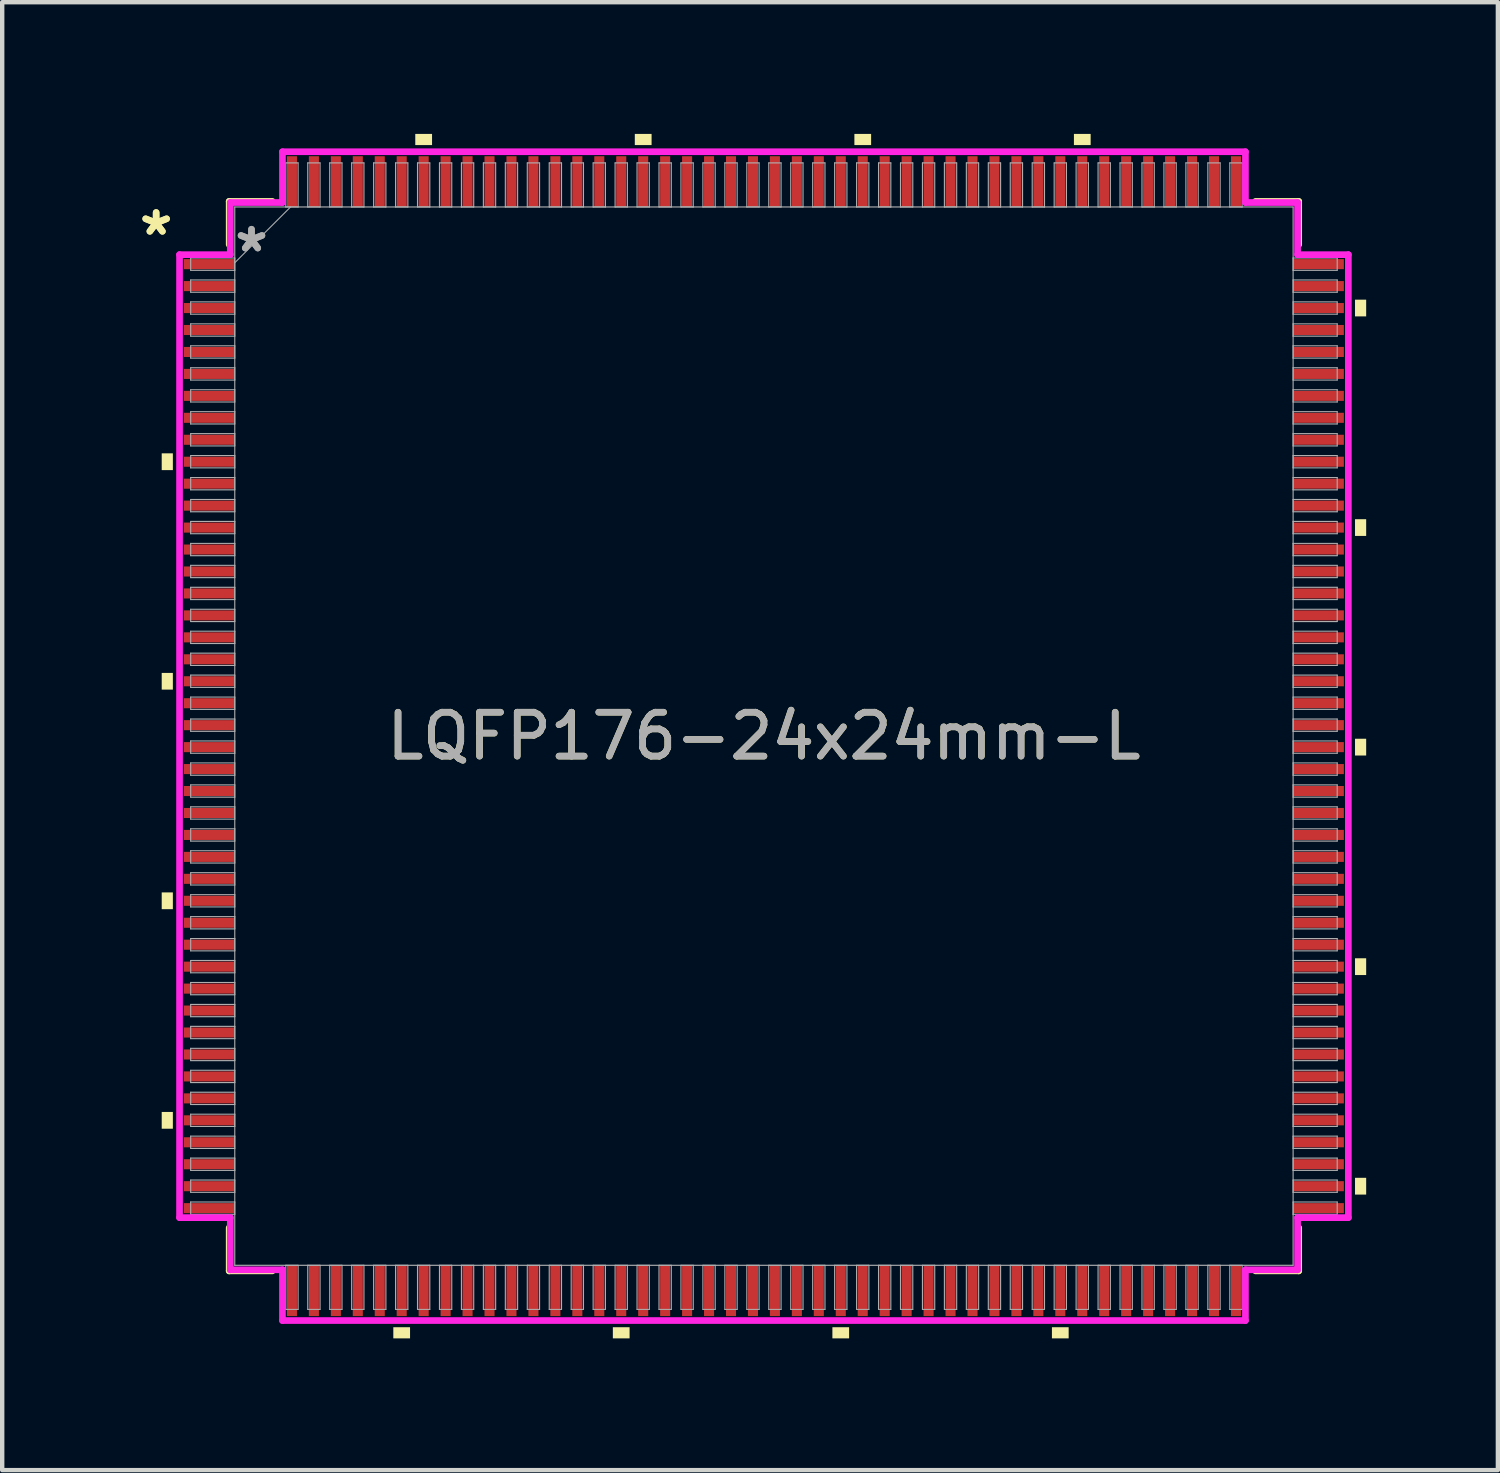
<source format=kicad_pcb>
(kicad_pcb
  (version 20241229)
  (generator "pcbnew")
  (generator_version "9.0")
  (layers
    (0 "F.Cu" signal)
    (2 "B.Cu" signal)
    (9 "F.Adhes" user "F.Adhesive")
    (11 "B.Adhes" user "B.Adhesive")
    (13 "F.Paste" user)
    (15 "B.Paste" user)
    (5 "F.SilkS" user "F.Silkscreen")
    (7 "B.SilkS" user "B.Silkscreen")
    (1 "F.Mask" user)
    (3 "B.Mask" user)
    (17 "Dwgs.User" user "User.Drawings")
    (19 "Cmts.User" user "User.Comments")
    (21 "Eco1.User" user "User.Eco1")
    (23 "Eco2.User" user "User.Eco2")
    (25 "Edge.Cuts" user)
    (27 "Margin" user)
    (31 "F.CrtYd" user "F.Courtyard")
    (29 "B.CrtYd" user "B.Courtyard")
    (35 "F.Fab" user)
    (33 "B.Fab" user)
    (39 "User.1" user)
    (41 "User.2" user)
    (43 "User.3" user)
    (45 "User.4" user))
  (footprint "LQFP176-24x24mm-L"
    (layer "F.Cu")
    (at 14.349 13.716)
    (property "Reference" "LQFP176-24x24mm-L" (at 0 0 0) (unlocked yes) (layer "F.SilkS") (effects (font (size 1 1) (thickness 0.15))))
    (attr smd)
    (fp_line (start -12.179 -12.179) (end -12.179 -11.197) (stroke (width 0.152) (type solid)) (layer "F.SilkS"))
    (fp_line (start -12.179 11.197) (end -12.179 12.179) (stroke (width 0.152) (type solid)) (layer "F.SilkS"))
    (fp_line (start -12.179 12.179) (end -11.197 12.179) (stroke (width 0.152) (type solid)) (layer "F.SilkS"))
    (fp_line (start -11.197 -12.179) (end -12.179 -12.179) (stroke (width 0.152) (type solid)) (layer "F.SilkS"))
    (fp_line (start 11.197 12.179) (end 12.179 12.179) (stroke (width 0.152) (type solid)) (layer "F.SilkS"))
    (fp_line (start 12.179 -12.179) (end 11.197 -12.179) (stroke (width 0.152) (type solid)) (layer "F.SilkS"))
    (fp_line (start 12.179 -11.197) (end 12.179 -12.179) (stroke (width 0.152) (type solid)) (layer "F.SilkS"))
    (fp_line (start 12.179 12.179) (end 12.179 11.197) (stroke (width 0.152) (type solid)) (layer "F.SilkS"))
    (fp_poly (pts (xy -13.716 -6.441) (xy -13.716 -6.059) (xy -13.462 -6.059) (xy -13.462 -6.441)) (stroke (width 0) (type solid)) (fill yes) (layer "F.SilkS"))
    (fp_poly (pts (xy -13.716 -1.44) (xy -13.716 -1.06) (xy -13.462 -1.06) (xy -13.462 -1.44)) (stroke (width 0) (type solid)) (fill yes) (layer "F.SilkS"))
    (fp_poly (pts (xy -13.716 3.559) (xy -13.716 3.941) (xy -13.462 3.941) (xy -13.462 3.559)) (stroke (width 0) (type solid)) (fill yes) (layer "F.SilkS"))
    (fp_poly (pts (xy -13.716 8.559) (xy -13.716 8.941) (xy -13.462 8.941) (xy -13.462 8.559)) (stroke (width 0) (type solid)) (fill yes) (layer "F.SilkS"))
    (fp_poly (pts (xy -8.441 13.462) (xy -8.441 13.716) (xy -8.06 13.716) (xy -8.06 13.462)) (stroke (width 0) (type solid)) (fill yes) (layer "F.SilkS"))
    (fp_poly (pts (xy -7.941 -13.462) (xy -7.941 -13.716) (xy -7.559 -13.716) (xy -7.559 -13.462)) (stroke (width 0) (type solid)) (fill yes) (layer "F.SilkS"))
    (fp_poly (pts (xy -3.441 13.462) (xy -3.441 13.716) (xy -3.06 13.716) (xy -3.06 13.462)) (stroke (width 0) (type solid)) (fill yes) (layer "F.SilkS"))
    (fp_poly (pts (xy -2.941 -13.462) (xy -2.941 -13.716) (xy -2.559 -13.716) (xy -2.559 -13.462)) (stroke (width 0) (type solid)) (fill yes) (layer "F.SilkS"))
    (fp_poly (pts (xy 1.559 13.462) (xy 1.559 13.716) (xy 1.94 13.716) (xy 1.94 13.462)) (stroke (width 0) (type solid)) (fill yes) (layer "F.SilkS"))
    (fp_poly (pts (xy 2.06 -13.462) (xy 2.06 -13.716) (xy 2.441 -13.716) (xy 2.441 -13.462)) (stroke (width 0) (type solid)) (fill yes) (layer "F.SilkS"))
    (fp_poly (pts (xy 6.559 13.462) (xy 6.559 13.716) (xy 6.94 13.716) (xy 6.94 13.462)) (stroke (width 0) (type solid)) (fill yes) (layer "F.SilkS"))
    (fp_poly (pts (xy 7.06 -13.462) (xy 7.06 -13.716) (xy 7.441 -13.716) (xy 7.441 -13.462)) (stroke (width 0) (type solid)) (fill yes) (layer "F.SilkS"))
    (fp_poly (pts (xy 13.716 -9.941) (xy 13.716 -9.56) (xy 13.462 -9.56) (xy 13.462 -9.941)) (stroke (width 0) (type solid)) (fill yes) (layer "F.SilkS"))
    (fp_poly (pts (xy 13.716 -4.941) (xy 13.716 -4.56) (xy 13.462 -4.56) (xy 13.462 -4.941)) (stroke (width 0) (type solid)) (fill yes) (layer "F.SilkS"))
    (fp_poly (pts (xy 13.716 0.059) (xy 13.716 0.441) (xy 13.462 0.441) (xy 13.462 0.059)) (stroke (width 0) (type solid)) (fill yes) (layer "F.SilkS"))
    (fp_poly (pts (xy 13.716 5.059) (xy 13.716 5.441) (xy 13.462 5.441) (xy 13.462 5.059)) (stroke (width 0) (type solid)) (fill yes) (layer "F.SilkS"))
    (fp_poly (pts (xy 13.716 10.059) (xy 13.716 10.441) (xy 13.462 10.441) (xy 13.462 10.059)) (stroke (width 0) (type solid)) (fill yes) (layer "F.SilkS"))
    (fp_line (start -13.31 -10.966) (end -12.154 -10.966) (stroke (width 0.152) (type solid)) (layer "F.CrtYd"))
    (fp_line (start -13.31 10.966) (end -13.31 -10.966) (stroke (width 0.152) (type solid)) (layer "F.CrtYd"))
    (fp_line (start -12.154 -12.154) (end -10.966 -12.154) (stroke (width 0.152) (type solid)) (layer "F.CrtYd"))
    (fp_line (start -12.154 -10.966) (end -12.154 -12.154) (stroke (width 0.152) (type solid)) (layer "F.CrtYd"))
    (fp_line (start -12.154 10.966) (end -13.31 10.966) (stroke (width 0.152) (type solid)) (layer "F.CrtYd"))
    (fp_line (start -12.154 12.154) (end -12.154 10.966) (stroke (width 0.152) (type solid)) (layer "F.CrtYd"))
    (fp_line (start -12.154 12.154) (end -10.966 12.154) (stroke (width 0.152) (type solid)) (layer "F.CrtYd"))
    (fp_line (start -10.966 -13.31) (end 10.966 -13.31) (stroke (width 0.152) (type solid)) (layer "F.CrtYd"))
    (fp_line (start -10.966 -12.154) (end -10.966 -13.31) (stroke (width 0.152) (type solid)) (layer "F.CrtYd"))
    (fp_line (start -10.966 12.154) (end -10.966 13.31) (stroke (width 0.152) (type solid)) (layer "F.CrtYd"))
    (fp_line (start -10.966 13.31) (end 10.966 13.31) (stroke (width 0.152) (type solid)) (layer "F.CrtYd"))
    (fp_line (start 10.966 -13.31) (end 10.966 -12.154) (stroke (width 0.152) (type solid)) (layer "F.CrtYd"))
    (fp_line (start 10.966 -12.154) (end 12.154 -12.154) (stroke (width 0.152) (type solid)) (layer "F.CrtYd"))
    (fp_line (start 10.966 12.154) (end 12.154 12.154) (stroke (width 0.152) (type solid)) (layer "F.CrtYd"))
    (fp_line (start 10.966 13.31) (end 10.966 12.154) (stroke (width 0.152) (type solid)) (layer "F.CrtYd"))
    (fp_line (start 12.154 -10.966) (end 12.154 -12.154) (stroke (width 0.152) (type solid)) (layer "F.CrtYd"))
    (fp_line (start 12.154 10.966) (end 13.31 10.966) (stroke (width 0.152) (type solid)) (layer "F.CrtYd"))
    (fp_line (start 12.154 12.154) (end 12.154 10.966) (stroke (width 0.152) (type solid)) (layer "F.CrtYd"))
    (fp_line (start 13.31 -10.966) (end 12.154 -10.966) (stroke (width 0.152) (type solid)) (layer "F.CrtYd"))
    (fp_line (start 13.31 10.966) (end 13.31 -10.966) (stroke (width 0.152) (type solid)) (layer "F.CrtYd"))
    (fp_line (start -13.056 -10.89) (end -13.056 -10.61) (stroke (width 0.025) (type solid)) (layer "F.Fab"))
    (fp_line (start -13.056 -10.61) (end -12.052 -10.61) (stroke (width 0.025) (type solid)) (layer "F.Fab"))
    (fp_line (start -13.056 -10.39) (end -13.056 -10.11) (stroke (width 0.025) (type solid)) (layer "F.Fab"))
    (fp_line (start -13.056 -10.11) (end -12.052 -10.11) (stroke (width 0.025) (type solid)) (layer "F.Fab"))
    (fp_line (start -13.056 -9.89) (end -13.056 -9.61) (stroke (width 0.025) (type solid)) (layer "F.Fab"))
    (fp_line (start -13.056 -9.61) (end -12.052 -9.61) (stroke (width 0.025) (type solid)) (layer "F.Fab"))
    (fp_line (start -13.056 -9.39) (end -13.056 -9.11) (stroke (width 0.025) (type solid)) (layer "F.Fab"))
    (fp_line (start -13.056 -9.11) (end -12.052 -9.11) (stroke (width 0.025) (type solid)) (layer "F.Fab"))
    (fp_line (start -13.056 -8.89) (end -13.056 -8.61) (stroke (width 0.025) (type solid)) (layer "F.Fab"))
    (fp_line (start -13.056 -8.61) (end -12.052 -8.61) (stroke (width 0.025) (type solid)) (layer "F.Fab"))
    (fp_line (start -13.056 -8.39) (end -13.056 -8.11) (stroke (width 0.025) (type solid)) (layer "F.Fab"))
    (fp_line (start -13.056 -8.11) (end -12.052 -8.11) (stroke (width 0.025) (type solid)) (layer "F.Fab"))
    (fp_line (start -13.056 -7.89) (end -13.056 -7.61) (stroke (width 0.025) (type solid)) (layer "F.Fab"))
    (fp_line (start -13.056 -7.61) (end -12.052 -7.61) (stroke (width 0.025) (type solid)) (layer "F.Fab"))
    (fp_line (start -13.056 -7.39) (end -13.056 -7.11) (stroke (width 0.025) (type solid)) (layer "F.Fab"))
    (fp_line (start -13.056 -7.11) (end -12.052 -7.11) (stroke (width 0.025) (type solid)) (layer "F.Fab"))
    (fp_line (start -13.056 -6.89) (end -13.056 -6.61) (stroke (width 0.025) (type solid)) (layer "F.Fab"))
    (fp_line (start -13.056 -6.61) (end -12.052 -6.61) (stroke (width 0.025) (type solid)) (layer "F.Fab"))
    (fp_line (start -13.056 -6.39) (end -13.056 -6.11) (stroke (width 0.025) (type solid)) (layer "F.Fab"))
    (fp_line (start -13.056 -6.11) (end -12.052 -6.11) (stroke (width 0.025) (type solid)) (layer "F.Fab"))
    (fp_line (start -13.056 -5.89) (end -13.056 -5.61) (stroke (width 0.025) (type solid)) (layer "F.Fab"))
    (fp_line (start -13.056 -5.61) (end -12.052 -5.61) (stroke (width 0.025) (type solid)) (layer "F.Fab"))
    (fp_line (start -13.056 -5.39) (end -13.056 -5.11) (stroke (width 0.025) (type solid)) (layer "F.Fab"))
    (fp_line (start -13.056 -5.11) (end -12.052 -5.11) (stroke (width 0.025) (type solid)) (layer "F.Fab"))
    (fp_line (start -13.056 -4.89) (end -13.056 -4.61) (stroke (width 0.025) (type solid)) (layer "F.Fab"))
    (fp_line (start -13.056 -4.61) (end -12.052 -4.61) (stroke (width 0.025) (type solid)) (layer "F.Fab"))
    (fp_line (start -13.056 -4.39) (end -13.056 -4.11) (stroke (width 0.025) (type solid)) (layer "F.Fab"))
    (fp_line (start -13.056 -4.11) (end -12.052 -4.11) (stroke (width 0.025) (type solid)) (layer "F.Fab"))
    (fp_line (start -13.056 -3.89) (end -13.056 -3.61) (stroke (width 0.025) (type solid)) (layer "F.Fab"))
    (fp_line (start -13.056 -3.61) (end -12.052 -3.61) (stroke (width 0.025) (type solid)) (layer "F.Fab"))
    (fp_line (start -13.056 -3.39) (end -13.056 -3.11) (stroke (width 0.025) (type solid)) (layer "F.Fab"))
    (fp_line (start -13.056 -3.11) (end -12.052 -3.11) (stroke (width 0.025) (type solid)) (layer "F.Fab"))
    (fp_line (start -13.056 -2.89) (end -13.056 -2.61) (stroke (width 0.025) (type solid)) (layer "F.Fab"))
    (fp_line (start -13.056 -2.61) (end -12.052 -2.61) (stroke (width 0.025) (type solid)) (layer "F.Fab"))
    (fp_line (start -13.056 -2.39) (end -13.056 -2.11) (stroke (width 0.025) (type solid)) (layer "F.Fab"))
    (fp_line (start -13.056 -2.11) (end -12.052 -2.11) (stroke (width 0.025) (type solid)) (layer "F.Fab"))
    (fp_line (start -13.056 -1.89) (end -13.056 -1.61) (stroke (width 0.025) (type solid)) (layer "F.Fab"))
    (fp_line (start -13.056 -1.61) (end -12.052 -1.61) (stroke (width 0.025) (type solid)) (layer "F.Fab"))
    (fp_line (start -13.056 -1.39) (end -13.056 -1.11) (stroke (width 0.025) (type solid)) (layer "F.Fab"))
    (fp_line (start -13.056 -1.11) (end -12.052 -1.11) (stroke (width 0.025) (type solid)) (layer "F.Fab"))
    (fp_line (start -13.056 -0.89) (end -13.056 -0.61) (stroke (width 0.025) (type solid)) (layer "F.Fab"))
    (fp_line (start -13.056 -0.61) (end -12.052 -0.61) (stroke (width 0.025) (type solid)) (layer "F.Fab"))
    (fp_line (start -13.056 -0.39) (end -13.056 -0.11) (stroke (width 0.025) (type solid)) (layer "F.Fab"))
    (fp_line (start -13.056 -0.11) (end -12.052 -0.11) (stroke (width 0.025) (type solid)) (layer "F.Fab"))
    (fp_line (start -13.056 0.11) (end -13.056 0.39) (stroke (width 0.025) (type solid)) (layer "F.Fab"))
    (fp_line (start -13.056 0.39) (end -12.052 0.39) (stroke (width 0.025) (type solid)) (layer "F.Fab"))
    (fp_line (start -13.056 0.61) (end -13.056 0.89) (stroke (width 0.025) (type solid)) (layer "F.Fab"))
    (fp_line (start -13.056 0.89) (end -12.052 0.89) (stroke (width 0.025) (type solid)) (layer "F.Fab"))
    (fp_line (start -13.056 1.11) (end -13.056 1.39) (stroke (width 0.025) (type solid)) (layer "F.Fab"))
    (fp_line (start -13.056 1.39) (end -12.052 1.39) (stroke (width 0.025) (type solid)) (layer "F.Fab"))
    (fp_line (start -13.056 1.61) (end -13.056 1.89) (stroke (width 0.025) (type solid)) (layer "F.Fab"))
    (fp_line (start -13.056 1.89) (end -12.052 1.89) (stroke (width 0.025) (type solid)) (layer "F.Fab"))
    (fp_line (start -13.056 2.11) (end -13.056 2.39) (stroke (width 0.025) (type solid)) (layer "F.Fab"))
    (fp_line (start -13.056 2.39) (end -12.052 2.39) (stroke (width 0.025) (type solid)) (layer "F.Fab"))
    (fp_line (start -13.056 2.61) (end -13.056 2.89) (stroke (width 0.025) (type solid)) (layer "F.Fab"))
    (fp_line (start -13.056 2.89) (end -12.052 2.89) (stroke (width 0.025) (type solid)) (layer "F.Fab"))
    (fp_line (start -13.056 3.11) (end -13.056 3.39) (stroke (width 0.025) (type solid)) (layer "F.Fab"))
    (fp_line (start -13.056 3.39) (end -12.052 3.39) (stroke (width 0.025) (type solid)) (layer "F.Fab"))
    (fp_line (start -13.056 3.61) (end -13.056 3.89) (stroke (width 0.025) (type solid)) (layer "F.Fab"))
    (fp_line (start -13.056 3.89) (end -12.052 3.89) (stroke (width 0.025) (type solid)) (layer "F.Fab"))
    (fp_line (start -13.056 4.11) (end -13.056 4.39) (stroke (width 0.025) (type solid)) (layer "F.Fab"))
    (fp_line (start -13.056 4.39) (end -12.052 4.39) (stroke (width 0.025) (type solid)) (layer "F.Fab"))
    (fp_line (start -13.056 4.61) (end -13.056 4.89) (stroke (width 0.025) (type solid)) (layer "F.Fab"))
    (fp_line (start -13.056 4.89) (end -12.052 4.89) (stroke (width 0.025) (type solid)) (layer "F.Fab"))
    (fp_line (start -13.056 5.11) (end -13.056 5.39) (stroke (width 0.025) (type solid)) (layer "F.Fab"))
    (fp_line (start -13.056 5.39) (end -12.052 5.39) (stroke (width 0.025) (type solid)) (layer "F.Fab"))
    (fp_line (start -13.056 5.61) (end -13.056 5.89) (stroke (width 0.025) (type solid)) (layer "F.Fab"))
    (fp_line (start -13.056 5.89) (end -12.052 5.89) (stroke (width 0.025) (type solid)) (layer "F.Fab"))
    (fp_line (start -13.056 6.11) (end -13.056 6.39) (stroke (width 0.025) (type solid)) (layer "F.Fab"))
    (fp_line (start -13.056 6.39) (end -12.052 6.39) (stroke (width 0.025) (type solid)) (layer "F.Fab"))
    (fp_line (start -13.056 6.61) (end -13.056 6.89) (stroke (width 0.025) (type solid)) (layer "F.Fab"))
    (fp_line (start -13.056 6.89) (end -12.052 6.89) (stroke (width 0.025) (type solid)) (layer "F.Fab"))
    (fp_line (start -13.056 7.11) (end -13.056 7.39) (stroke (width 0.025) (type solid)) (layer "F.Fab"))
    (fp_line (start -13.056 7.39) (end -12.052 7.39) (stroke (width 0.025) (type solid)) (layer "F.Fab"))
    (fp_line (start -13.056 7.61) (end -13.056 7.89) (stroke (width 0.025) (type solid)) (layer "F.Fab"))
    (fp_line (start -13.056 7.89) (end -12.052 7.89) (stroke (width 0.025) (type solid)) (layer "F.Fab"))
    (fp_line (start -13.056 8.11) (end -13.056 8.39) (stroke (width 0.025) (type solid)) (layer "F.Fab"))
    (fp_line (start -13.056 8.39) (end -12.052 8.39) (stroke (width 0.025) (type solid)) (layer "F.Fab"))
    (fp_line (start -13.056 8.61) (end -13.056 8.89) (stroke (width 0.025) (type solid)) (layer "F.Fab"))
    (fp_line (start -13.056 8.89) (end -12.052 8.89) (stroke (width 0.025) (type solid)) (layer "F.Fab"))
    (fp_line (start -13.056 9.11) (end -13.056 9.39) (stroke (width 0.025) (type solid)) (layer "F.Fab"))
    (fp_line (start -13.056 9.39) (end -12.052 9.39) (stroke (width 0.025) (type solid)) (layer "F.Fab"))
    (fp_line (start -13.056 9.61) (end -13.056 9.89) (stroke (width 0.025) (type solid)) (layer "F.Fab"))
    (fp_line (start -13.056 9.89) (end -12.052 9.89) (stroke (width 0.025) (type solid)) (layer "F.Fab"))
    (fp_line (start -13.056 10.11) (end -13.056 10.39) (stroke (width 0.025) (type solid)) (layer "F.Fab"))
    (fp_line (start -13.056 10.39) (end -12.052 10.39) (stroke (width 0.025) (type solid)) (layer "F.Fab"))
    (fp_line (start -13.056 10.61) (end -13.056 10.89) (stroke (width 0.025) (type solid)) (layer "F.Fab"))
    (fp_line (start -13.056 10.89) (end -12.052 10.89) (stroke (width 0.025) (type solid)) (layer "F.Fab"))
    (fp_line (start -12.052 -12.052) (end -12.052 12.052) (stroke (width 0.025) (type solid)) (layer "F.Fab"))
    (fp_line (start -12.052 -10.89) (end -13.056 -10.89) (stroke (width 0.025) (type solid)) (layer "F.Fab"))
    (fp_line (start -12.052 -10.782) (end -10.782 -12.052) (stroke (width 0.025) (type solid)) (layer "F.Fab"))
    (fp_line (start -12.052 -10.61) (end -12.052 -10.89) (stroke (width 0.025) (type solid)) (layer "F.Fab"))
    (fp_line (start -12.052 -10.39) (end -13.056 -10.39) (stroke (width 0.025) (type solid)) (layer "F.Fab"))
    (fp_line (start -12.052 -10.11) (end -12.052 -10.39) (stroke (width 0.025) (type solid)) (layer "F.Fab"))
    (fp_line (start -12.052 -9.89) (end -13.056 -9.89) (stroke (width 0.025) (type solid)) (layer "F.Fab"))
    (fp_line (start -12.052 -9.61) (end -12.052 -9.89) (stroke (width 0.025) (type solid)) (layer "F.Fab"))
    (fp_line (start -12.052 -9.39) (end -13.056 -9.39) (stroke (width 0.025) (type solid)) (layer "F.Fab"))
    (fp_line (start -12.052 -9.11) (end -12.052 -9.39) (stroke (width 0.025) (type solid)) (layer "F.Fab"))
    (fp_line (start -12.052 -8.89) (end -13.056 -8.89) (stroke (width 0.025) (type solid)) (layer "F.Fab"))
    (fp_line (start -12.052 -8.61) (end -12.052 -8.89) (stroke (width 0.025) (type solid)) (layer "F.Fab"))
    (fp_line (start -12.052 -8.39) (end -13.056 -8.39) (stroke (width 0.025) (type solid)) (layer "F.Fab"))
    (fp_line (start -12.052 -8.11) (end -12.052 -8.39) (stroke (width 0.025) (type solid)) (layer "F.Fab"))
    (fp_line (start -12.052 -7.89) (end -13.056 -7.89) (stroke (width 0.025) (type solid)) (layer "F.Fab"))
    (fp_line (start -12.052 -7.61) (end -12.052 -7.89) (stroke (width 0.025) (type solid)) (layer "F.Fab"))
    (fp_line (start -12.052 -7.39) (end -13.056 -7.39) (stroke (width 0.025) (type solid)) (layer "F.Fab"))
    (fp_line (start -12.052 -7.11) (end -12.052 -7.39) (stroke (width 0.025) (type solid)) (layer "F.Fab"))
    (fp_line (start -12.052 -6.89) (end -13.056 -6.89) (stroke (width 0.025) (type solid)) (layer "F.Fab"))
    (fp_line (start -12.052 -6.61) (end -12.052 -6.89) (stroke (width 0.025) (type solid)) (layer "F.Fab"))
    (fp_line (start -12.052 -6.39) (end -13.056 -6.39) (stroke (width 0.025) (type solid)) (layer "F.Fab"))
    (fp_line (start -12.052 -6.11) (end -12.052 -6.39) (stroke (width 0.025) (type solid)) (layer "F.Fab"))
    (fp_line (start -12.052 -5.89) (end -13.056 -5.89) (stroke (width 0.025) (type solid)) (layer "F.Fab"))
    (fp_line (start -12.052 -5.61) (end -12.052 -5.89) (stroke (width 0.025) (type solid)) (layer "F.Fab"))
    (fp_line (start -12.052 -5.39) (end -13.056 -5.39) (stroke (width 0.025) (type solid)) (layer "F.Fab"))
    (fp_line (start -12.052 -5.11) (end -12.052 -5.39) (stroke (width 0.025) (type solid)) (layer "F.Fab"))
    (fp_line (start -12.052 -4.89) (end -13.056 -4.89) (stroke (width 0.025) (type solid)) (layer "F.Fab"))
    (fp_line (start -12.052 -4.61) (end -12.052 -4.89) (stroke (width 0.025) (type solid)) (layer "F.Fab"))
    (fp_line (start -12.052 -4.39) (end -13.056 -4.39) (stroke (width 0.025) (type solid)) (layer "F.Fab"))
    (fp_line (start -12.052 -4.11) (end -12.052 -4.39) (stroke (width 0.025) (type solid)) (layer "F.Fab"))
    (fp_line (start -12.052 -3.89) (end -13.056 -3.89) (stroke (width 0.025) (type solid)) (layer "F.Fab"))
    (fp_line (start -12.052 -3.61) (end -12.052 -3.89) (stroke (width 0.025) (type solid)) (layer "F.Fab"))
    (fp_line (start -12.052 -3.39) (end -13.056 -3.39) (stroke (width 0.025) (type solid)) (layer "F.Fab"))
    (fp_line (start -12.052 -3.11) (end -12.052 -3.39) (stroke (width 0.025) (type solid)) (layer "F.Fab"))
    (fp_line (start -12.052 -2.89) (end -13.056 -2.89) (stroke (width 0.025) (type solid)) (layer "F.Fab"))
    (fp_line (start -12.052 -2.61) (end -12.052 -2.89) (stroke (width 0.025) (type solid)) (layer "F.Fab"))
    (fp_line (start -12.052 -2.39) (end -13.056 -2.39) (stroke (width 0.025) (type solid)) (layer "F.Fab"))
    (fp_line (start -12.052 -2.11) (end -12.052 -2.39) (stroke (width 0.025) (type solid)) (layer "F.Fab"))
    (fp_line (start -12.052 -1.89) (end -13.056 -1.89) (stroke (width 0.025) (type solid)) (layer "F.Fab"))
    (fp_line (start -12.052 -1.61) (end -12.052 -1.89) (stroke (width 0.025) (type solid)) (layer "F.Fab"))
    (fp_line (start -12.052 -1.39) (end -13.056 -1.39) (stroke (width 0.025) (type solid)) (layer "F.Fab"))
    (fp_line (start -12.052 -1.11) (end -12.052 -1.39) (stroke (width 0.025) (type solid)) (layer "F.Fab"))
    (fp_line (start -12.052 -0.89) (end -13.056 -0.89) (stroke (width 0.025) (type solid)) (layer "F.Fab"))
    (fp_line (start -12.052 -0.61) (end -12.052 -0.89) (stroke (width 0.025) (type solid)) (layer "F.Fab"))
    (fp_line (start -12.052 -0.39) (end -13.056 -0.39) (stroke (width 0.025) (type solid)) (layer "F.Fab"))
    (fp_line (start -12.052 -0.11) (end -12.052 -0.39) (stroke (width 0.025) (type solid)) (layer "F.Fab"))
    (fp_line (start -12.052 0.11) (end -13.056 0.11) (stroke (width 0.025) (type solid)) (layer "F.Fab"))
    (fp_line (start -12.052 0.39) (end -12.052 0.11) (stroke (width 0.025) (type solid)) (layer "F.Fab"))
    (fp_line (start -12.052 0.61) (end -13.056 0.61) (stroke (width 0.025) (type solid)) (layer "F.Fab"))
    (fp_line (start -12.052 0.89) (end -12.052 0.61) (stroke (width 0.025) (type solid)) (layer "F.Fab"))
    (fp_line (start -12.052 1.11) (end -13.056 1.11) (stroke (width 0.025) (type solid)) (layer "F.Fab"))
    (fp_line (start -12.052 1.39) (end -12.052 1.11) (stroke (width 0.025) (type solid)) (layer "F.Fab"))
    (fp_line (start -12.052 1.61) (end -13.056 1.61) (stroke (width 0.025) (type solid)) (layer "F.Fab"))
    (fp_line (start -12.052 1.89) (end -12.052 1.61) (stroke (width 0.025) (type solid)) (layer "F.Fab"))
    (fp_line (start -12.052 2.11) (end -13.056 2.11) (stroke (width 0.025) (type solid)) (layer "F.Fab"))
    (fp_line (start -12.052 2.39) (end -12.052 2.11) (stroke (width 0.025) (type solid)) (layer "F.Fab"))
    (fp_line (start -12.052 2.61) (end -13.056 2.61) (stroke (width 0.025) (type solid)) (layer "F.Fab"))
    (fp_line (start -12.052 2.89) (end -12.052 2.61) (stroke (width 0.025) (type solid)) (layer "F.Fab"))
    (fp_line (start -12.052 3.11) (end -13.056 3.11) (stroke (width 0.025) (type solid)) (layer "F.Fab"))
    (fp_line (start -12.052 3.39) (end -12.052 3.11) (stroke (width 0.025) (type solid)) (layer "F.Fab"))
    (fp_line (start -12.052 3.61) (end -13.056 3.61) (stroke (width 0.025) (type solid)) (layer "F.Fab"))
    (fp_line (start -12.052 3.89) (end -12.052 3.61) (stroke (width 0.025) (type solid)) (layer "F.Fab"))
    (fp_line (start -12.052 4.11) (end -13.056 4.11) (stroke (width 0.025) (type solid)) (layer "F.Fab"))
    (fp_line (start -12.052 4.39) (end -12.052 4.11) (stroke (width 0.025) (type solid)) (layer "F.Fab"))
    (fp_line (start -12.052 4.61) (end -13.056 4.61) (stroke (width 0.025) (type solid)) (layer "F.Fab"))
    (fp_line (start -12.052 4.89) (end -12.052 4.61) (stroke (width 0.025) (type solid)) (layer "F.Fab"))
    (fp_line (start -12.052 5.11) (end -13.056 5.11) (stroke (width 0.025) (type solid)) (layer "F.Fab"))
    (fp_line (start -12.052 5.39) (end -12.052 5.11) (stroke (width 0.025) (type solid)) (layer "F.Fab"))
    (fp_line (start -12.052 5.61) (end -13.056 5.61) (stroke (width 0.025) (type solid)) (layer "F.Fab"))
    (fp_line (start -12.052 5.89) (end -12.052 5.61) (stroke (width 0.025) (type solid)) (layer "F.Fab"))
    (fp_line (start -12.052 6.11) (end -13.056 6.11) (stroke (width 0.025) (type solid)) (layer "F.Fab"))
    (fp_line (start -12.052 6.39) (end -12.052 6.11) (stroke (width 0.025) (type solid)) (layer "F.Fab"))
    (fp_line (start -12.052 6.61) (end -13.056 6.61) (stroke (width 0.025) (type solid)) (layer "F.Fab"))
    (fp_line (start -12.052 6.89) (end -12.052 6.61) (stroke (width 0.025) (type solid)) (layer "F.Fab"))
    (fp_line (start -12.052 7.11) (end -13.056 7.11) (stroke (width 0.025) (type solid)) (layer "F.Fab"))
    (fp_line (start -12.052 7.39) (end -12.052 7.11) (stroke (width 0.025) (type solid)) (layer "F.Fab"))
    (fp_line (start -12.052 7.61) (end -13.056 7.61) (stroke (width 0.025) (type solid)) (layer "F.Fab"))
    (fp_line (start -12.052 7.89) (end -12.052 7.61) (stroke (width 0.025) (type solid)) (layer "F.Fab"))
    (fp_line (start -12.052 8.11) (end -13.056 8.11) (stroke (width 0.025) (type solid)) (layer "F.Fab"))
    (fp_line (start -12.052 8.39) (end -12.052 8.11) (stroke (width 0.025) (type solid)) (layer "F.Fab"))
    (fp_line (start -12.052 8.61) (end -13.056 8.61) (stroke (width 0.025) (type solid)) (layer "F.Fab"))
    (fp_line (start -12.052 8.89) (end -12.052 8.61) (stroke (width 0.025) (type solid)) (layer "F.Fab"))
    (fp_line (start -12.052 9.11) (end -13.056 9.11) (stroke (width 0.025) (type solid)) (layer "F.Fab"))
    (fp_line (start -12.052 9.39) (end -12.052 9.11) (stroke (width 0.025) (type solid)) (layer "F.Fab"))
    (fp_line (start -12.052 9.61) (end -13.056 9.61) (stroke (width 0.025) (type solid)) (layer "F.Fab"))
    (fp_line (start -12.052 9.89) (end -12.052 9.61) (stroke (width 0.025) (type solid)) (layer "F.Fab"))
    (fp_line (start -12.052 10.11) (end -13.056 10.11) (stroke (width 0.025) (type solid)) (layer "F.Fab"))
    (fp_line (start -12.052 10.39) (end -12.052 10.11) (stroke (width 0.025) (type solid)) (layer "F.Fab"))
    (fp_line (start -12.052 10.61) (end -13.056 10.61) (stroke (width 0.025) (type solid)) (layer "F.Fab"))
    (fp_line (start -12.052 10.89) (end -12.052 10.61) (stroke (width 0.025) (type solid)) (layer "F.Fab"))
    (fp_line (start -12.052 12.052) (end 12.052 12.052) (stroke (width 0.025) (type solid)) (layer "F.Fab"))
    (fp_line (start -10.89 -13.056) (end -10.89 -12.052) (stroke (width 0.025) (type solid)) (layer "F.Fab"))
    (fp_line (start -10.89 -12.052) (end -10.61 -12.052) (stroke (width 0.025) (type solid)) (layer "F.Fab"))
    (fp_line (start -10.89 12.052) (end -10.89 13.056) (stroke (width 0.025) (type solid)) (layer "F.Fab"))
    (fp_line (start -10.89 13.056) (end -10.61 13.056) (stroke (width 0.025) (type solid)) (layer "F.Fab"))
    (fp_line (start -10.61 -13.056) (end -10.89 -13.056) (stroke (width 0.025) (type solid)) (layer "F.Fab"))
    (fp_line (start -10.61 -12.052) (end -10.61 -13.056) (stroke (width 0.025) (type solid)) (layer "F.Fab"))
    (fp_line (start -10.61 12.052) (end -10.89 12.052) (stroke (width 0.025) (type solid)) (layer "F.Fab"))
    (fp_line (start -10.61 13.056) (end -10.61 12.052) (stroke (width 0.025) (type solid)) (layer "F.Fab"))
    (fp_line (start -10.39 -13.056) (end -10.39 -12.052) (stroke (width 0.025) (type solid)) (layer "F.Fab"))
    (fp_line (start -10.39 -12.052) (end -10.11 -12.052) (stroke (width 0.025) (type solid)) (layer "F.Fab"))
    (fp_line (start -10.39 12.052) (end -10.39 13.056) (stroke (width 0.025) (type solid)) (layer "F.Fab"))
    (fp_line (start -10.39 13.056) (end -10.11 13.056) (stroke (width 0.025) (type solid)) (layer "F.Fab"))
    (fp_line (start -10.11 -13.056) (end -10.39 -13.056) (stroke (width 0.025) (type solid)) (layer "F.Fab"))
    (fp_line (start -10.11 -12.052) (end -10.11 -13.056) (stroke (width 0.025) (type solid)) (layer "F.Fab"))
    (fp_line (start -10.11 12.052) (end -10.39 12.052) (stroke (width 0.025) (type solid)) (layer "F.Fab"))
    (fp_line (start -10.11 13.056) (end -10.11 12.052) (stroke (width 0.025) (type solid)) (layer "F.Fab"))
    (fp_line (start -9.89 -13.056) (end -9.89 -12.052) (stroke (width 0.025) (type solid)) (layer "F.Fab"))
    (fp_line (start -9.89 -12.052) (end -9.61 -12.052) (stroke (width 0.025) (type solid)) (layer "F.Fab"))
    (fp_line (start -9.89 12.052) (end -9.89 13.056) (stroke (width 0.025) (type solid)) (layer "F.Fab"))
    (fp_line (start -9.89 13.056) (end -9.61 13.056) (stroke (width 0.025) (type solid)) (layer "F.Fab"))
    (fp_line (start -9.61 -13.056) (end -9.89 -13.056) (stroke (width 0.025) (type solid)) (layer "F.Fab"))
    (fp_line (start -9.61 -12.052) (end -9.61 -13.056) (stroke (width 0.025) (type solid)) (layer "F.Fab"))
    (fp_line (start -9.61 12.052) (end -9.89 12.052) (stroke (width 0.025) (type solid)) (layer "F.Fab"))
    (fp_line (start -9.61 13.056) (end -9.61 12.052) (stroke (width 0.025) (type solid)) (layer "F.Fab"))
    (fp_line (start -9.39 -13.056) (end -9.39 -12.052) (stroke (width 0.025) (type solid)) (layer "F.Fab"))
    (fp_line (start -9.39 -12.052) (end -9.11 -12.052) (stroke (width 0.025) (type solid)) (layer "F.Fab"))
    (fp_line (start -9.39 12.052) (end -9.39 13.056) (stroke (width 0.025) (type solid)) (layer "F.Fab"))
    (fp_line (start -9.39 13.056) (end -9.11 13.056) (stroke (width 0.025) (type solid)) (layer "F.Fab"))
    (fp_line (start -9.11 -13.056) (end -9.39 -13.056) (stroke (width 0.025) (type solid)) (layer "F.Fab"))
    (fp_line (start -9.11 -12.052) (end -9.11 -13.056) (stroke (width 0.025) (type solid)) (layer "F.Fab"))
    (fp_line (start -9.11 12.052) (end -9.39 12.052) (stroke (width 0.025) (type solid)) (layer "F.Fab"))
    (fp_line (start -9.11 13.056) (end -9.11 12.052) (stroke (width 0.025) (type solid)) (layer "F.Fab"))
    (fp_line (start -8.89 -13.056) (end -8.89 -12.052) (stroke (width 0.025) (type solid)) (layer "F.Fab"))
    (fp_line (start -8.89 -12.052) (end -8.61 -12.052) (stroke (width 0.025) (type solid)) (layer "F.Fab"))
    (fp_line (start -8.89 12.052) (end -8.89 13.056) (stroke (width 0.025) (type solid)) (layer "F.Fab"))
    (fp_line (start -8.89 13.056) (end -8.61 13.056) (stroke (width 0.025) (type solid)) (layer "F.Fab"))
    (fp_line (start -8.61 -13.056) (end -8.89 -13.056) (stroke (width 0.025) (type solid)) (layer "F.Fab"))
    (fp_line (start -8.61 -12.052) (end -8.61 -13.056) (stroke (width 0.025) (type solid)) (layer "F.Fab"))
    (fp_line (start -8.61 12.052) (end -8.89 12.052) (stroke (width 0.025) (type solid)) (layer "F.Fab"))
    (fp_line (start -8.61 13.056) (end -8.61 12.052) (stroke (width 0.025) (type solid)) (layer "F.Fab"))
    (fp_line (start -8.39 -13.056) (end -8.39 -12.052) (stroke (width 0.025) (type solid)) (layer "F.Fab"))
    (fp_line (start -8.39 -12.052) (end -8.11 -12.052) (stroke (width 0.025) (type solid)) (layer "F.Fab"))
    (fp_line (start -8.39 12.052) (end -8.39 13.056) (stroke (width 0.025) (type solid)) (layer "F.Fab"))
    (fp_line (start -8.39 13.056) (end -8.11 13.056) (stroke (width 0.025) (type solid)) (layer "F.Fab"))
    (fp_line (start -8.11 -13.056) (end -8.39 -13.056) (stroke (width 0.025) (type solid)) (layer "F.Fab"))
    (fp_line (start -8.11 -12.052) (end -8.11 -13.056) (stroke (width 0.025) (type solid)) (layer "F.Fab"))
    (fp_line (start -8.11 12.052) (end -8.39 12.052) (stroke (width 0.025) (type solid)) (layer "F.Fab"))
    (fp_line (start -8.11 13.056) (end -8.11 12.052) (stroke (width 0.025) (type solid)) (layer "F.Fab"))
    (fp_line (start -7.89 -13.056) (end -7.89 -12.052) (stroke (width 0.025) (type solid)) (layer "F.Fab"))
    (fp_line (start -7.89 -12.052) (end -7.61 -12.052) (stroke (width 0.025) (type solid)) (layer "F.Fab"))
    (fp_line (start -7.89 12.052) (end -7.89 13.056) (stroke (width 0.025) (type solid)) (layer "F.Fab"))
    (fp_line (start -7.89 13.056) (end -7.61 13.056) (stroke (width 0.025) (type solid)) (layer "F.Fab"))
    (fp_line (start -7.61 -13.056) (end -7.89 -13.056) (stroke (width 0.025) (type solid)) (layer "F.Fab"))
    (fp_line (start -7.61 -12.052) (end -7.61 -13.056) (stroke (width 0.025) (type solid)) (layer "F.Fab"))
    (fp_line (start -7.61 12.052) (end -7.89 12.052) (stroke (width 0.025) (type solid)) (layer "F.Fab"))
    (fp_line (start -7.61 13.056) (end -7.61 12.052) (stroke (width 0.025) (type solid)) (layer "F.Fab"))
    (fp_line (start -7.39 -13.056) (end -7.39 -12.052) (stroke (width 0.025) (type solid)) (layer "F.Fab"))
    (fp_line (start -7.39 -12.052) (end -7.11 -12.052) (stroke (width 0.025) (type solid)) (layer "F.Fab"))
    (fp_line (start -7.39 12.052) (end -7.39 13.056) (stroke (width 0.025) (type solid)) (layer "F.Fab"))
    (fp_line (start -7.39 13.056) (end -7.11 13.056) (stroke (width 0.025) (type solid)) (layer "F.Fab"))
    (fp_line (start -7.11 -13.056) (end -7.39 -13.056) (stroke (width 0.025) (type solid)) (layer "F.Fab"))
    (fp_line (start -7.11 -12.052) (end -7.11 -13.056) (stroke (width 0.025) (type solid)) (layer "F.Fab"))
    (fp_line (start -7.11 12.052) (end -7.39 12.052) (stroke (width 0.025) (type solid)) (layer "F.Fab"))
    (fp_line (start -7.11 13.056) (end -7.11 12.052) (stroke (width 0.025) (type solid)) (layer "F.Fab"))
    (fp_line (start -6.89 -13.056) (end -6.89 -12.052) (stroke (width 0.025) (type solid)) (layer "F.Fab"))
    (fp_line (start -6.89 -12.052) (end -6.61 -12.052) (stroke (width 0.025) (type solid)) (layer "F.Fab"))
    (fp_line (start -6.89 12.052) (end -6.89 13.056) (stroke (width 0.025) (type solid)) (layer "F.Fab"))
    (fp_line (start -6.89 13.056) (end -6.61 13.056) (stroke (width 0.025) (type solid)) (layer "F.Fab"))
    (fp_line (start -6.61 -13.056) (end -6.89 -13.056) (stroke (width 0.025) (type solid)) (layer "F.Fab"))
    (fp_line (start -6.61 -12.052) (end -6.61 -13.056) (stroke (width 0.025) (type solid)) (layer "F.Fab"))
    (fp_line (start -6.61 12.052) (end -6.89 12.052) (stroke (width 0.025) (type solid)) (layer "F.Fab"))
    (fp_line (start -6.61 13.056) (end -6.61 12.052) (stroke (width 0.025) (type solid)) (layer "F.Fab"))
    (fp_line (start -6.39 -13.056) (end -6.39 -12.052) (stroke (width 0.025) (type solid)) (layer "F.Fab"))
    (fp_line (start -6.39 -12.052) (end -6.11 -12.052) (stroke (width 0.025) (type solid)) (layer "F.Fab"))
    (fp_line (start -6.39 12.052) (end -6.39 13.056) (stroke (width 0.025) (type solid)) (layer "F.Fab"))
    (fp_line (start -6.39 13.056) (end -6.11 13.056) (stroke (width 0.025) (type solid)) (layer "F.Fab"))
    (fp_line (start -6.11 -13.056) (end -6.39 -13.056) (stroke (width 0.025) (type solid)) (layer "F.Fab"))
    (fp_line (start -6.11 -12.052) (end -6.11 -13.056) (stroke (width 0.025) (type solid)) (layer "F.Fab"))
    (fp_line (start -6.11 12.052) (end -6.39 12.052) (stroke (width 0.025) (type solid)) (layer "F.Fab"))
    (fp_line (start -6.11 13.056) (end -6.11 12.052) (stroke (width 0.025) (type solid)) (layer "F.Fab"))
    (fp_line (start -5.89 -13.056) (end -5.89 -12.052) (stroke (width 0.025) (type solid)) (layer "F.Fab"))
    (fp_line (start -5.89 -12.052) (end -5.61 -12.052) (stroke (width 0.025) (type solid)) (layer "F.Fab"))
    (fp_line (start -5.89 12.052) (end -5.89 13.056) (stroke (width 0.025) (type solid)) (layer "F.Fab"))
    (fp_line (start -5.89 13.056) (end -5.61 13.056) (stroke (width 0.025) (type solid)) (layer "F.Fab"))
    (fp_line (start -5.61 -13.056) (end -5.89 -13.056) (stroke (width 0.025) (type solid)) (layer "F.Fab"))
    (fp_line (start -5.61 -12.052) (end -5.61 -13.056) (stroke (width 0.025) (type solid)) (layer "F.Fab"))
    (fp_line (start -5.61 12.052) (end -5.89 12.052) (stroke (width 0.025) (type solid)) (layer "F.Fab"))
    (fp_line (start -5.61 13.056) (end -5.61 12.052) (stroke (width 0.025) (type solid)) (layer "F.Fab"))
    (fp_line (start -5.39 -13.056) (end -5.39 -12.052) (stroke (width 0.025) (type solid)) (layer "F.Fab"))
    (fp_line (start -5.39 -12.052) (end -5.11 -12.052) (stroke (width 0.025) (type solid)) (layer "F.Fab"))
    (fp_line (start -5.39 12.052) (end -5.39 13.056) (stroke (width 0.025) (type solid)) (layer "F.Fab"))
    (fp_line (start -5.39 13.056) (end -5.11 13.056) (stroke (width 0.025) (type solid)) (layer "F.Fab"))
    (fp_line (start -5.11 -13.056) (end -5.39 -13.056) (stroke (width 0.025) (type solid)) (layer "F.Fab"))
    (fp_line (start -5.11 -12.052) (end -5.11 -13.056) (stroke (width 0.025) (type solid)) (layer "F.Fab"))
    (fp_line (start -5.11 12.052) (end -5.39 12.052) (stroke (width 0.025) (type solid)) (layer "F.Fab"))
    (fp_line (start -5.11 13.056) (end -5.11 12.052) (stroke (width 0.025) (type solid)) (layer "F.Fab"))
    (fp_line (start -4.89 -13.056) (end -4.89 -12.052) (stroke (width 0.025) (type solid)) (layer "F.Fab"))
    (fp_line (start -4.89 -12.052) (end -4.61 -12.052) (stroke (width 0.025) (type solid)) (layer "F.Fab"))
    (fp_line (start -4.89 12.052) (end -4.89 13.056) (stroke (width 0.025) (type solid)) (layer "F.Fab"))
    (fp_line (start -4.89 13.056) (end -4.61 13.056) (stroke (width 0.025) (type solid)) (layer "F.Fab"))
    (fp_line (start -4.61 -13.056) (end -4.89 -13.056) (stroke (width 0.025) (type solid)) (layer "F.Fab"))
    (fp_line (start -4.61 -12.052) (end -4.61 -13.056) (stroke (width 0.025) (type solid)) (layer "F.Fab"))
    (fp_line (start -4.61 12.052) (end -4.89 12.052) (stroke (width 0.025) (type solid)) (layer "F.Fab"))
    (fp_line (start -4.61 13.056) (end -4.61 12.052) (stroke (width 0.025) (type solid)) (layer "F.Fab"))
    (fp_line (start -4.39 -13.056) (end -4.39 -12.052) (stroke (width 0.025) (type solid)) (layer "F.Fab"))
    (fp_line (start -4.39 -12.052) (end -4.11 -12.052) (stroke (width 0.025) (type solid)) (layer "F.Fab"))
    (fp_line (start -4.39 12.052) (end -4.39 13.056) (stroke (width 0.025) (type solid)) (layer "F.Fab"))
    (fp_line (start -4.39 13.056) (end -4.11 13.056) (stroke (width 0.025) (type solid)) (layer "F.Fab"))
    (fp_line (start -4.11 -13.056) (end -4.39 -13.056) (stroke (width 0.025) (type solid)) (layer "F.Fab"))
    (fp_line (start -4.11 -12.052) (end -4.11 -13.056) (stroke (width 0.025) (type solid)) (layer "F.Fab"))
    (fp_line (start -4.11 12.052) (end -4.39 12.052) (stroke (width 0.025) (type solid)) (layer "F.Fab"))
    (fp_line (start -4.11 13.056) (end -4.11 12.052) (stroke (width 0.025) (type solid)) (layer "F.Fab"))
    (fp_line (start -3.89 -13.056) (end -3.89 -12.052) (stroke (width 0.025) (type solid)) (layer "F.Fab"))
    (fp_line (start -3.89 -12.052) (end -3.61 -12.052) (stroke (width 0.025) (type solid)) (layer "F.Fab"))
    (fp_line (start -3.89 12.052) (end -3.89 13.056) (stroke (width 0.025) (type solid)) (layer "F.Fab"))
    (fp_line (start -3.89 13.056) (end -3.61 13.056) (stroke (width 0.025) (type solid)) (layer "F.Fab"))
    (fp_line (start -3.61 -13.056) (end -3.89 -13.056) (stroke (width 0.025) (type solid)) (layer "F.Fab"))
    (fp_line (start -3.61 -12.052) (end -3.61 -13.056) (stroke (width 0.025) (type solid)) (layer "F.Fab"))
    (fp_line (start -3.61 12.052) (end -3.89 12.052) (stroke (width 0.025) (type solid)) (layer "F.Fab"))
    (fp_line (start -3.61 13.056) (end -3.61 12.052) (stroke (width 0.025) (type solid)) (layer "F.Fab"))
    (fp_line (start -3.39 -13.056) (end -3.39 -12.052) (stroke (width 0.025) (type solid)) (layer "F.Fab"))
    (fp_line (start -3.39 -12.052) (end -3.11 -12.052) (stroke (width 0.025) (type solid)) (layer "F.Fab"))
    (fp_line (start -3.39 12.052) (end -3.39 13.056) (stroke (width 0.025) (type solid)) (layer "F.Fab"))
    (fp_line (start -3.39 13.056) (end -3.11 13.056) (stroke (width 0.025) (type solid)) (layer "F.Fab"))
    (fp_line (start -3.11 -13.056) (end -3.39 -13.056) (stroke (width 0.025) (type solid)) (layer "F.Fab"))
    (fp_line (start -3.11 -12.052) (end -3.11 -13.056) (stroke (width 0.025) (type solid)) (layer "F.Fab"))
    (fp_line (start -3.11 12.052) (end -3.39 12.052) (stroke (width 0.025) (type solid)) (layer "F.Fab"))
    (fp_line (start -3.11 13.056) (end -3.11 12.052) (stroke (width 0.025) (type solid)) (layer "F.Fab"))
    (fp_line (start -2.89 -13.056) (end -2.89 -12.052) (stroke (width 0.025) (type solid)) (layer "F.Fab"))
    (fp_line (start -2.89 -12.052) (end -2.61 -12.052) (stroke (width 0.025) (type solid)) (layer "F.Fab"))
    (fp_line (start -2.89 12.052) (end -2.89 13.056) (stroke (width 0.025) (type solid)) (layer "F.Fab"))
    (fp_line (start -2.89 13.056) (end -2.61 13.056) (stroke (width 0.025) (type solid)) (layer "F.Fab"))
    (fp_line (start -2.61 -13.056) (end -2.89 -13.056) (stroke (width 0.025) (type solid)) (layer "F.Fab"))
    (fp_line (start -2.61 -12.052) (end -2.61 -13.056) (stroke (width 0.025) (type solid)) (layer "F.Fab"))
    (fp_line (start -2.61 12.052) (end -2.89 12.052) (stroke (width 0.025) (type solid)) (layer "F.Fab"))
    (fp_line (start -2.61 13.056) (end -2.61 12.052) (stroke (width 0.025) (type solid)) (layer "F.Fab"))
    (fp_line (start -2.39 -13.056) (end -2.39 -12.052) (stroke (width 0.025) (type solid)) (layer "F.Fab"))
    (fp_line (start -2.39 -12.052) (end -2.11 -12.052) (stroke (width 0.025) (type solid)) (layer "F.Fab"))
    (fp_line (start -2.39 12.052) (end -2.39 13.056) (stroke (width 0.025) (type solid)) (layer "F.Fab"))
    (fp_line (start -2.39 13.056) (end -2.11 13.056) (stroke (width 0.025) (type solid)) (layer "F.Fab"))
    (fp_line (start -2.11 -13.056) (end -2.39 -13.056) (stroke (width 0.025) (type solid)) (layer "F.Fab"))
    (fp_line (start -2.11 -12.052) (end -2.11 -13.056) (stroke (width 0.025) (type solid)) (layer "F.Fab"))
    (fp_line (start -2.11 12.052) (end -2.39 12.052) (stroke (width 0.025) (type solid)) (layer "F.Fab"))
    (fp_line (start -2.11 13.056) (end -2.11 12.052) (stroke (width 0.025) (type solid)) (layer "F.Fab"))
    (fp_line (start -1.89 -13.056) (end -1.89 -12.052) (stroke (width 0.025) (type solid)) (layer "F.Fab"))
    (fp_line (start -1.89 -12.052) (end -1.61 -12.052) (stroke (width 0.025) (type solid)) (layer "F.Fab"))
    (fp_line (start -1.89 12.052) (end -1.89 13.056) (stroke (width 0.025) (type solid)) (layer "F.Fab"))
    (fp_line (start -1.89 13.056) (end -1.61 13.056) (stroke (width 0.025) (type solid)) (layer "F.Fab"))
    (fp_line (start -1.61 -13.056) (end -1.89 -13.056) (stroke (width 0.025) (type solid)) (layer "F.Fab"))
    (fp_line (start -1.61 -12.052) (end -1.61 -13.056) (stroke (width 0.025) (type solid)) (layer "F.Fab"))
    (fp_line (start -1.61 12.052) (end -1.89 12.052) (stroke (width 0.025) (type solid)) (layer "F.Fab"))
    (fp_line (start -1.61 13.056) (end -1.61 12.052) (stroke (width 0.025) (type solid)) (layer "F.Fab"))
    (fp_line (start -1.39 -13.056) (end -1.39 -12.052) (stroke (width 0.025) (type solid)) (layer "F.Fab"))
    (fp_line (start -1.39 -12.052) (end -1.11 -12.052) (stroke (width 0.025) (type solid)) (layer "F.Fab"))
    (fp_line (start -1.39 12.052) (end -1.39 13.056) (stroke (width 0.025) (type solid)) (layer "F.Fab"))
    (fp_line (start -1.39 13.056) (end -1.11 13.056) (stroke (width 0.025) (type solid)) (layer "F.Fab"))
    (fp_line (start -1.11 -13.056) (end -1.39 -13.056) (stroke (width 0.025) (type solid)) (layer "F.Fab"))
    (fp_line (start -1.11 -12.052) (end -1.11 -13.056) (stroke (width 0.025) (type solid)) (layer "F.Fab"))
    (fp_line (start -1.11 12.052) (end -1.39 12.052) (stroke (width 0.025) (type solid)) (layer "F.Fab"))
    (fp_line (start -1.11 13.056) (end -1.11 12.052) (stroke (width 0.025) (type solid)) (layer "F.Fab"))
    (fp_line (start -0.89 -13.056) (end -0.89 -12.052) (stroke (width 0.025) (type solid)) (layer "F.Fab"))
    (fp_line (start -0.89 -12.052) (end -0.61 -12.052) (stroke (width 0.025) (type solid)) (layer "F.Fab"))
    (fp_line (start -0.89 12.052) (end -0.89 13.056) (stroke (width 0.025) (type solid)) (layer "F.Fab"))
    (fp_line (start -0.89 13.056) (end -0.61 13.056) (stroke (width 0.025) (type solid)) (layer "F.Fab"))
    (fp_line (start -0.61 -13.056) (end -0.89 -13.056) (stroke (width 0.025) (type solid)) (layer "F.Fab"))
    (fp_line (start -0.61 -12.052) (end -0.61 -13.056) (stroke (width 0.025) (type solid)) (layer "F.Fab"))
    (fp_line (start -0.61 12.052) (end -0.89 12.052) (stroke (width 0.025) (type solid)) (layer "F.Fab"))
    (fp_line (start -0.61 13.056) (end -0.61 12.052) (stroke (width 0.025) (type solid)) (layer "F.Fab"))
    (fp_line (start -0.39 -13.056) (end -0.39 -12.052) (stroke (width 0.025) (type solid)) (layer "F.Fab"))
    (fp_line (start -0.39 -12.052) (end -0.11 -12.052) (stroke (width 0.025) (type solid)) (layer "F.Fab"))
    (fp_line (start -0.39 12.052) (end -0.39 13.056) (stroke (width 0.025) (type solid)) (layer "F.Fab"))
    (fp_line (start -0.39 13.056) (end -0.11 13.056) (stroke (width 0.025) (type solid)) (layer "F.Fab"))
    (fp_line (start -0.11 -13.056) (end -0.39 -13.056) (stroke (width 0.025) (type solid)) (layer "F.Fab"))
    (fp_line (start -0.11 -12.052) (end -0.11 -13.056) (stroke (width 0.025) (type solid)) (layer "F.Fab"))
    (fp_line (start -0.11 12.052) (end -0.39 12.052) (stroke (width 0.025) (type solid)) (layer "F.Fab"))
    (fp_line (start -0.11 13.056) (end -0.11 12.052) (stroke (width 0.025) (type solid)) (layer "F.Fab"))
    (fp_line (start 0.11 -13.056) (end 0.11 -12.052) (stroke (width 0.025) (type solid)) (layer "F.Fab"))
    (fp_line (start 0.11 -12.052) (end 0.39 -12.052) (stroke (width 0.025) (type solid)) (layer "F.Fab"))
    (fp_line (start 0.11 12.052) (end 0.11 13.056) (stroke (width 0.025) (type solid)) (layer "F.Fab"))
    (fp_line (start 0.11 13.056) (end 0.39 13.056) (stroke (width 0.025) (type solid)) (layer "F.Fab"))
    (fp_line (start 0.39 -13.056) (end 0.11 -13.056) (stroke (width 0.025) (type solid)) (layer "F.Fab"))
    (fp_line (start 0.39 -12.052) (end 0.39 -13.056) (stroke (width 0.025) (type solid)) (layer "F.Fab"))
    (fp_line (start 0.39 12.052) (end 0.11 12.052) (stroke (width 0.025) (type solid)) (layer "F.Fab"))
    (fp_line (start 0.39 13.056) (end 0.39 12.052) (stroke (width 0.025) (type solid)) (layer "F.Fab"))
    (fp_line (start 0.61 -13.056) (end 0.61 -12.052) (stroke (width 0.025) (type solid)) (layer "F.Fab"))
    (fp_line (start 0.61 -12.052) (end 0.89 -12.052) (stroke (width 0.025) (type solid)) (layer "F.Fab"))
    (fp_line (start 0.61 12.052) (end 0.61 13.056) (stroke (width 0.025) (type solid)) (layer "F.Fab"))
    (fp_line (start 0.61 13.056) (end 0.89 13.056) (stroke (width 0.025) (type solid)) (layer "F.Fab"))
    (fp_line (start 0.89 -13.056) (end 0.61 -13.056) (stroke (width 0.025) (type solid)) (layer "F.Fab"))
    (fp_line (start 0.89 -12.052) (end 0.89 -13.056) (stroke (width 0.025) (type solid)) (layer "F.Fab"))
    (fp_line (start 0.89 12.052) (end 0.61 12.052) (stroke (width 0.025) (type solid)) (layer "F.Fab"))
    (fp_line (start 0.89 13.056) (end 0.89 12.052) (stroke (width 0.025) (type solid)) (layer "F.Fab"))
    (fp_line (start 1.11 -13.056) (end 1.11 -12.052) (stroke (width 0.025) (type solid)) (layer "F.Fab"))
    (fp_line (start 1.11 -12.052) (end 1.39 -12.052) (stroke (width 0.025) (type solid)) (layer "F.Fab"))
    (fp_line (start 1.11 12.052) (end 1.11 13.056) (stroke (width 0.025) (type solid)) (layer "F.Fab"))
    (fp_line (start 1.11 13.056) (end 1.39 13.056) (stroke (width 0.025) (type solid)) (layer "F.Fab"))
    (fp_line (start 1.39 -13.056) (end 1.11 -13.056) (stroke (width 0.025) (type solid)) (layer "F.Fab"))
    (fp_line (start 1.39 -12.052) (end 1.39 -13.056) (stroke (width 0.025) (type solid)) (layer "F.Fab"))
    (fp_line (start 1.39 12.052) (end 1.11 12.052) (stroke (width 0.025) (type solid)) (layer "F.Fab"))
    (fp_line (start 1.39 13.056) (end 1.39 12.052) (stroke (width 0.025) (type solid)) (layer "F.Fab"))
    (fp_line (start 1.61 -13.056) (end 1.61 -12.052) (stroke (width 0.025) (type solid)) (layer "F.Fab"))
    (fp_line (start 1.61 -12.052) (end 1.89 -12.052) (stroke (width 0.025) (type solid)) (layer "F.Fab"))
    (fp_line (start 1.61 12.052) (end 1.61 13.056) (stroke (width 0.025) (type solid)) (layer "F.Fab"))
    (fp_line (start 1.61 13.056) (end 1.89 13.056) (stroke (width 0.025) (type solid)) (layer "F.Fab"))
    (fp_line (start 1.89 -13.056) (end 1.61 -13.056) (stroke (width 0.025) (type solid)) (layer "F.Fab"))
    (fp_line (start 1.89 -12.052) (end 1.89 -13.056) (stroke (width 0.025) (type solid)) (layer "F.Fab"))
    (fp_line (start 1.89 12.052) (end 1.61 12.052) (stroke (width 0.025) (type solid)) (layer "F.Fab"))
    (fp_line (start 1.89 13.056) (end 1.89 12.052) (stroke (width 0.025) (type solid)) (layer "F.Fab"))
    (fp_line (start 2.11 -13.056) (end 2.11 -12.052) (stroke (width 0.025) (type solid)) (layer "F.Fab"))
    (fp_line (start 2.11 -12.052) (end 2.39 -12.052) (stroke (width 0.025) (type solid)) (layer "F.Fab"))
    (fp_line (start 2.11 12.052) (end 2.11 13.056) (stroke (width 0.025) (type solid)) (layer "F.Fab"))
    (fp_line (start 2.11 13.056) (end 2.39 13.056) (stroke (width 0.025) (type solid)) (layer "F.Fab"))
    (fp_line (start 2.39 -13.056) (end 2.11 -13.056) (stroke (width 0.025) (type solid)) (layer "F.Fab"))
    (fp_line (start 2.39 -12.052) (end 2.39 -13.056) (stroke (width 0.025) (type solid)) (layer "F.Fab"))
    (fp_line (start 2.39 12.052) (end 2.11 12.052) (stroke (width 0.025) (type solid)) (layer "F.Fab"))
    (fp_line (start 2.39 13.056) (end 2.39 12.052) (stroke (width 0.025) (type solid)) (layer "F.Fab"))
    (fp_line (start 2.61 -13.056) (end 2.61 -12.052) (stroke (width 0.025) (type solid)) (layer "F.Fab"))
    (fp_line (start 2.61 -12.052) (end 2.89 -12.052) (stroke (width 0.025) (type solid)) (layer "F.Fab"))
    (fp_line (start 2.61 12.052) (end 2.61 13.056) (stroke (width 0.025) (type solid)) (layer "F.Fab"))
    (fp_line (start 2.61 13.056) (end 2.89 13.056) (stroke (width 0.025) (type solid)) (layer "F.Fab"))
    (fp_line (start 2.89 -13.056) (end 2.61 -13.056) (stroke (width 0.025) (type solid)) (layer "F.Fab"))
    (fp_line (start 2.89 -12.052) (end 2.89 -13.056) (stroke (width 0.025) (type solid)) (layer "F.Fab"))
    (fp_line (start 2.89 12.052) (end 2.61 12.052) (stroke (width 0.025) (type solid)) (layer "F.Fab"))
    (fp_line (start 2.89 13.056) (end 2.89 12.052) (stroke (width 0.025) (type solid)) (layer "F.Fab"))
    (fp_line (start 3.11 -13.056) (end 3.11 -12.052) (stroke (width 0.025) (type solid)) (layer "F.Fab"))
    (fp_line (start 3.11 -12.052) (end 3.39 -12.052) (stroke (width 0.025) (type solid)) (layer "F.Fab"))
    (fp_line (start 3.11 12.052) (end 3.11 13.056) (stroke (width 0.025) (type solid)) (layer "F.Fab"))
    (fp_line (start 3.11 13.056) (end 3.39 13.056) (stroke (width 0.025) (type solid)) (layer "F.Fab"))
    (fp_line (start 3.39 -13.056) (end 3.11 -13.056) (stroke (width 0.025) (type solid)) (layer "F.Fab"))
    (fp_line (start 3.39 -12.052) (end 3.39 -13.056) (stroke (width 0.025) (type solid)) (layer "F.Fab"))
    (fp_line (start 3.39 12.052) (end 3.11 12.052) (stroke (width 0.025) (type solid)) (layer "F.Fab"))
    (fp_line (start 3.39 13.056) (end 3.39 12.052) (stroke (width 0.025) (type solid)) (layer "F.Fab"))
    (fp_line (start 3.61 -13.056) (end 3.61 -12.052) (stroke (width 0.025) (type solid)) (layer "F.Fab"))
    (fp_line (start 3.61 -12.052) (end 3.89 -12.052) (stroke (width 0.025) (type solid)) (layer "F.Fab"))
    (fp_line (start 3.61 12.052) (end 3.61 13.056) (stroke (width 0.025) (type solid)) (layer "F.Fab"))
    (fp_line (start 3.61 13.056) (end 3.89 13.056) (stroke (width 0.025) (type solid)) (layer "F.Fab"))
    (fp_line (start 3.89 -13.056) (end 3.61 -13.056) (stroke (width 0.025) (type solid)) (layer "F.Fab"))
    (fp_line (start 3.89 -12.052) (end 3.89 -13.056) (stroke (width 0.025) (type solid)) (layer "F.Fab"))
    (fp_line (start 3.89 12.052) (end 3.61 12.052) (stroke (width 0.025) (type solid)) (layer "F.Fab"))
    (fp_line (start 3.89 13.056) (end 3.89 12.052) (stroke (width 0.025) (type solid)) (layer "F.Fab"))
    (fp_line (start 4.11 -13.056) (end 4.11 -12.052) (stroke (width 0.025) (type solid)) (layer "F.Fab"))
    (fp_line (start 4.11 -12.052) (end 4.39 -12.052) (stroke (width 0.025) (type solid)) (layer "F.Fab"))
    (fp_line (start 4.11 12.052) (end 4.11 13.056) (stroke (width 0.025) (type solid)) (layer "F.Fab"))
    (fp_line (start 4.11 13.056) (end 4.39 13.056) (stroke (width 0.025) (type solid)) (layer "F.Fab"))
    (fp_line (start 4.39 -13.056) (end 4.11 -13.056) (stroke (width 0.025) (type solid)) (layer "F.Fab"))
    (fp_line (start 4.39 -12.052) (end 4.39 -13.056) (stroke (width 0.025) (type solid)) (layer "F.Fab"))
    (fp_line (start 4.39 12.052) (end 4.11 12.052) (stroke (width 0.025) (type solid)) (layer "F.Fab"))
    (fp_line (start 4.39 13.056) (end 4.39 12.052) (stroke (width 0.025) (type solid)) (layer "F.Fab"))
    (fp_line (start 4.61 -13.056) (end 4.61 -12.052) (stroke (width 0.025) (type solid)) (layer "F.Fab"))
    (fp_line (start 4.61 -12.052) (end 4.89 -12.052) (stroke (width 0.025) (type solid)) (layer "F.Fab"))
    (fp_line (start 4.61 12.052) (end 4.61 13.056) (stroke (width 0.025) (type solid)) (layer "F.Fab"))
    (fp_line (start 4.61 13.056) (end 4.89 13.056) (stroke (width 0.025) (type solid)) (layer "F.Fab"))
    (fp_line (start 4.89 -13.056) (end 4.61 -13.056) (stroke (width 0.025) (type solid)) (layer "F.Fab"))
    (fp_line (start 4.89 -12.052) (end 4.89 -13.056) (stroke (width 0.025) (type solid)) (layer "F.Fab"))
    (fp_line (start 4.89 12.052) (end 4.61 12.052) (stroke (width 0.025) (type solid)) (layer "F.Fab"))
    (fp_line (start 4.89 13.056) (end 4.89 12.052) (stroke (width 0.025) (type solid)) (layer "F.Fab"))
    (fp_line (start 5.11 -13.056) (end 5.11 -12.052) (stroke (width 0.025) (type solid)) (layer "F.Fab"))
    (fp_line (start 5.11 -12.052) (end 5.39 -12.052) (stroke (width 0.025) (type solid)) (layer "F.Fab"))
    (fp_line (start 5.11 12.052) (end 5.11 13.056) (stroke (width 0.025) (type solid)) (layer "F.Fab"))
    (fp_line (start 5.11 13.056) (end 5.39 13.056) (stroke (width 0.025) (type solid)) (layer "F.Fab"))
    (fp_line (start 5.39 -13.056) (end 5.11 -13.056) (stroke (width 0.025) (type solid)) (layer "F.Fab"))
    (fp_line (start 5.39 -12.052) (end 5.39 -13.056) (stroke (width 0.025) (type solid)) (layer "F.Fab"))
    (fp_line (start 5.39 12.052) (end 5.11 12.052) (stroke (width 0.025) (type solid)) (layer "F.Fab"))
    (fp_line (start 5.39 13.056) (end 5.39 12.052) (stroke (width 0.025) (type solid)) (layer "F.Fab"))
    (fp_line (start 5.61 -13.056) (end 5.61 -12.052) (stroke (width 0.025) (type solid)) (layer "F.Fab"))
    (fp_line (start 5.61 -12.052) (end 5.89 -12.052) (stroke (width 0.025) (type solid)) (layer "F.Fab"))
    (fp_line (start 5.61 12.052) (end 5.61 13.056) (stroke (width 0.025) (type solid)) (layer "F.Fab"))
    (fp_line (start 5.61 13.056) (end 5.89 13.056) (stroke (width 0.025) (type solid)) (layer "F.Fab"))
    (fp_line (start 5.89 -13.056) (end 5.61 -13.056) (stroke (width 0.025) (type solid)) (layer "F.Fab"))
    (fp_line (start 5.89 -12.052) (end 5.89 -13.056) (stroke (width 0.025) (type solid)) (layer "F.Fab"))
    (fp_line (start 5.89 12.052) (end 5.61 12.052) (stroke (width 0.025) (type solid)) (layer "F.Fab"))
    (fp_line (start 5.89 13.056) (end 5.89 12.052) (stroke (width 0.025) (type solid)) (layer "F.Fab"))
    (fp_line (start 6.11 -13.056) (end 6.11 -12.052) (stroke (width 0.025) (type solid)) (layer "F.Fab"))
    (fp_line (start 6.11 -12.052) (end 6.39 -12.052) (stroke (width 0.025) (type solid)) (layer "F.Fab"))
    (fp_line (start 6.11 12.052) (end 6.11 13.056) (stroke (width 0.025) (type solid)) (layer "F.Fab"))
    (fp_line (start 6.11 13.056) (end 6.39 13.056) (stroke (width 0.025) (type solid)) (layer "F.Fab"))
    (fp_line (start 6.39 -13.056) (end 6.11 -13.056) (stroke (width 0.025) (type solid)) (layer "F.Fab"))
    (fp_line (start 6.39 -12.052) (end 6.39 -13.056) (stroke (width 0.025) (type solid)) (layer "F.Fab"))
    (fp_line (start 6.39 12.052) (end 6.11 12.052) (stroke (width 0.025) (type solid)) (layer "F.Fab"))
    (fp_line (start 6.39 13.056) (end 6.39 12.052) (stroke (width 0.025) (type solid)) (layer "F.Fab"))
    (fp_line (start 6.61 -13.056) (end 6.61 -12.052) (stroke (width 0.025) (type solid)) (layer "F.Fab"))
    (fp_line (start 6.61 -12.052) (end 6.89 -12.052) (stroke (width 0.025) (type solid)) (layer "F.Fab"))
    (fp_line (start 6.61 12.052) (end 6.61 13.056) (stroke (width 0.025) (type solid)) (layer "F.Fab"))
    (fp_line (start 6.61 13.056) (end 6.89 13.056) (stroke (width 0.025) (type solid)) (layer "F.Fab"))
    (fp_line (start 6.89 -13.056) (end 6.61 -13.056) (stroke (width 0.025) (type solid)) (layer "F.Fab"))
    (fp_line (start 6.89 -12.052) (end 6.89 -13.056) (stroke (width 0.025) (type solid)) (layer "F.Fab"))
    (fp_line (start 6.89 12.052) (end 6.61 12.052) (stroke (width 0.025) (type solid)) (layer "F.Fab"))
    (fp_line (start 6.89 13.056) (end 6.89 12.052) (stroke (width 0.025) (type solid)) (layer "F.Fab"))
    (fp_line (start 7.11 -13.056) (end 7.11 -12.052) (stroke (width 0.025) (type solid)) (layer "F.Fab"))
    (fp_line (start 7.11 -12.052) (end 7.39 -12.052) (stroke (width 0.025) (type solid)) (layer "F.Fab"))
    (fp_line (start 7.11 12.052) (end 7.11 13.056) (stroke (width 0.025) (type solid)) (layer "F.Fab"))
    (fp_line (start 7.11 13.056) (end 7.39 13.056) (stroke (width 0.025) (type solid)) (layer "F.Fab"))
    (fp_line (start 7.39 -13.056) (end 7.11 -13.056) (stroke (width 0.025) (type solid)) (layer "F.Fab"))
    (fp_line (start 7.39 -12.052) (end 7.39 -13.056) (stroke (width 0.025) (type solid)) (layer "F.Fab"))
    (fp_line (start 7.39 12.052) (end 7.11 12.052) (stroke (width 0.025) (type solid)) (layer "F.Fab"))
    (fp_line (start 7.39 13.056) (end 7.39 12.052) (stroke (width 0.025) (type solid)) (layer "F.Fab"))
    (fp_line (start 7.61 -13.056) (end 7.61 -12.052) (stroke (width 0.025) (type solid)) (layer "F.Fab"))
    (fp_line (start 7.61 -12.052) (end 7.89 -12.052) (stroke (width 0.025) (type solid)) (layer "F.Fab"))
    (fp_line (start 7.61 12.052) (end 7.61 13.056) (stroke (width 0.025) (type solid)) (layer "F.Fab"))
    (fp_line (start 7.61 13.056) (end 7.89 13.056) (stroke (width 0.025) (type solid)) (layer "F.Fab"))
    (fp_line (start 7.89 -13.056) (end 7.61 -13.056) (stroke (width 0.025) (type solid)) (layer "F.Fab"))
    (fp_line (start 7.89 -12.052) (end 7.89 -13.056) (stroke (width 0.025) (type solid)) (layer "F.Fab"))
    (fp_line (start 7.89 12.052) (end 7.61 12.052) (stroke (width 0.025) (type solid)) (layer "F.Fab"))
    (fp_line (start 7.89 13.056) (end 7.89 12.052) (stroke (width 0.025) (type solid)) (layer "F.Fab"))
    (fp_line (start 8.11 -13.056) (end 8.11 -12.052) (stroke (width 0.025) (type solid)) (layer "F.Fab"))
    (fp_line (start 8.11 -12.052) (end 8.39 -12.052) (stroke (width 0.025) (type solid)) (layer "F.Fab"))
    (fp_line (start 8.11 12.052) (end 8.11 13.056) (stroke (width 0.025) (type solid)) (layer "F.Fab"))
    (fp_line (start 8.11 13.056) (end 8.39 13.056) (stroke (width 0.025) (type solid)) (layer "F.Fab"))
    (fp_line (start 8.39 -13.056) (end 8.11 -13.056) (stroke (width 0.025) (type solid)) (layer "F.Fab"))
    (fp_line (start 8.39 -12.052) (end 8.39 -13.056) (stroke (width 0.025) (type solid)) (layer "F.Fab"))
    (fp_line (start 8.39 12.052) (end 8.11 12.052) (stroke (width 0.025) (type solid)) (layer "F.Fab"))
    (fp_line (start 8.39 13.056) (end 8.39 12.052) (stroke (width 0.025) (type solid)) (layer "F.Fab"))
    (fp_line (start 8.61 -13.056) (end 8.61 -12.052) (stroke (width 0.025) (type solid)) (layer "F.Fab"))
    (fp_line (start 8.61 -12.052) (end 8.89 -12.052) (stroke (width 0.025) (type solid)) (layer "F.Fab"))
    (fp_line (start 8.61 12.052) (end 8.61 13.056) (stroke (width 0.025) (type solid)) (layer "F.Fab"))
    (fp_line (start 8.61 13.056) (end 8.89 13.056) (stroke (width 0.025) (type solid)) (layer "F.Fab"))
    (fp_line (start 8.89 -13.056) (end 8.61 -13.056) (stroke (width 0.025) (type solid)) (layer "F.Fab"))
    (fp_line (start 8.89 -12.052) (end 8.89 -13.056) (stroke (width 0.025) (type solid)) (layer "F.Fab"))
    (fp_line (start 8.89 12.052) (end 8.61 12.052) (stroke (width 0.025) (type solid)) (layer "F.Fab"))
    (fp_line (start 8.89 13.056) (end 8.89 12.052) (stroke (width 0.025) (type solid)) (layer "F.Fab"))
    (fp_line (start 9.11 -13.056) (end 9.11 -12.052) (stroke (width 0.025) (type solid)) (layer "F.Fab"))
    (fp_line (start 9.11 -12.052) (end 9.39 -12.052) (stroke (width 0.025) (type solid)) (layer "F.Fab"))
    (fp_line (start 9.11 12.052) (end 9.11 13.056) (stroke (width 0.025) (type solid)) (layer "F.Fab"))
    (fp_line (start 9.11 13.056) (end 9.39 13.056) (stroke (width 0.025) (type solid)) (layer "F.Fab"))
    (fp_line (start 9.39 -13.056) (end 9.11 -13.056) (stroke (width 0.025) (type solid)) (layer "F.Fab"))
    (fp_line (start 9.39 -12.052) (end 9.39 -13.056) (stroke (width 0.025) (type solid)) (layer "F.Fab"))
    (fp_line (start 9.39 12.052) (end 9.11 12.052) (stroke (width 0.025) (type solid)) (layer "F.Fab"))
    (fp_line (start 9.39 13.056) (end 9.39 12.052) (stroke (width 0.025) (type solid)) (layer "F.Fab"))
    (fp_line (start 9.61 -13.056) (end 9.61 -12.052) (stroke (width 0.025) (type solid)) (layer "F.Fab"))
    (fp_line (start 9.61 -12.052) (end 9.89 -12.052) (stroke (width 0.025) (type solid)) (layer "F.Fab"))
    (fp_line (start 9.61 12.052) (end 9.61 13.056) (stroke (width 0.025) (type solid)) (layer "F.Fab"))
    (fp_line (start 9.61 13.056) (end 9.89 13.056) (stroke (width 0.025) (type solid)) (layer "F.Fab"))
    (fp_line (start 9.89 -13.056) (end 9.61 -13.056) (stroke (width 0.025) (type solid)) (layer "F.Fab"))
    (fp_line (start 9.89 -12.052) (end 9.89 -13.056) (stroke (width 0.025) (type solid)) (layer "F.Fab"))
    (fp_line (start 9.89 12.052) (end 9.61 12.052) (stroke (width 0.025) (type solid)) (layer "F.Fab"))
    (fp_line (start 9.89 13.056) (end 9.89 12.052) (stroke (width 0.025) (type solid)) (layer "F.Fab"))
    (fp_line (start 10.11 -13.056) (end 10.11 -12.052) (stroke (width 0.025) (type solid)) (layer "F.Fab"))
    (fp_line (start 10.11 -12.052) (end 10.39 -12.052) (stroke (width 0.025) (type solid)) (layer "F.Fab"))
    (fp_line (start 10.11 12.052) (end 10.11 13.056) (stroke (width 0.025) (type solid)) (layer "F.Fab"))
    (fp_line (start 10.11 13.056) (end 10.39 13.056) (stroke (width 0.025) (type solid)) (layer "F.Fab"))
    (fp_line (start 10.39 -13.056) (end 10.11 -13.056) (stroke (width 0.025) (type solid)) (layer "F.Fab"))
    (fp_line (start 10.39 -12.052) (end 10.39 -13.056) (stroke (width 0.025) (type solid)) (layer "F.Fab"))
    (fp_line (start 10.39 12.052) (end 10.11 12.052) (stroke (width 0.025) (type solid)) (layer "F.Fab"))
    (fp_line (start 10.39 13.056) (end 10.39 12.052) (stroke (width 0.025) (type solid)) (layer "F.Fab"))
    (fp_line (start 10.61 -13.056) (end 10.61 -12.052) (stroke (width 0.025) (type solid)) (layer "F.Fab"))
    (fp_line (start 10.61 -12.052) (end 10.89 -12.052) (stroke (width 0.025) (type solid)) (layer "F.Fab"))
    (fp_line (start 10.61 12.052) (end 10.61 13.056) (stroke (width 0.025) (type solid)) (layer "F.Fab"))
    (fp_line (start 10.61 13.056) (end 10.89 13.056) (stroke (width 0.025) (type solid)) (layer "F.Fab"))
    (fp_line (start 10.89 -13.056) (end 10.61 -13.056) (stroke (width 0.025) (type solid)) (layer "F.Fab"))
    (fp_line (start 10.89 -12.052) (end 10.89 -13.056) (stroke (width 0.025) (type solid)) (layer "F.Fab"))
    (fp_line (start 10.89 12.052) (end 10.61 12.052) (stroke (width 0.025) (type solid)) (layer "F.Fab"))
    (fp_line (start 10.89 13.056) (end 10.89 12.052) (stroke (width 0.025) (type solid)) (layer "F.Fab"))
    (fp_line (start 12.052 -12.052) (end -12.052 -12.052) (stroke (width 0.025) (type solid)) (layer "F.Fab"))
    (fp_line (start 12.052 -10.89) (end 12.052 -10.61) (stroke (width 0.025) (type solid)) (layer "F.Fab"))
    (fp_line (start 12.052 -10.61) (end 13.056 -10.61) (stroke (width 0.025) (type solid)) (layer "F.Fab"))
    (fp_line (start 12.052 -10.39) (end 12.052 -10.11) (stroke (width 0.025) (type solid)) (layer "F.Fab"))
    (fp_line (start 12.052 -10.11) (end 13.056 -10.11) (stroke (width 0.025) (type solid)) (layer "F.Fab"))
    (fp_line (start 12.052 -9.89) (end 12.052 -9.61) (stroke (width 0.025) (type solid)) (layer "F.Fab"))
    (fp_line (start 12.052 -9.61) (end 13.056 -9.61) (stroke (width 0.025) (type solid)) (layer "F.Fab"))
    (fp_line (start 12.052 -9.39) (end 12.052 -9.11) (stroke (width 0.025) (type solid)) (layer "F.Fab"))
    (fp_line (start 12.052 -9.11) (end 13.056 -9.11) (stroke (width 0.025) (type solid)) (layer "F.Fab"))
    (fp_line (start 12.052 -8.89) (end 12.052 -8.61) (stroke (width 0.025) (type solid)) (layer "F.Fab"))
    (fp_line (start 12.052 -8.61) (end 13.056 -8.61) (stroke (width 0.025) (type solid)) (layer "F.Fab"))
    (fp_line (start 12.052 -8.39) (end 12.052 -8.11) (stroke (width 0.025) (type solid)) (layer "F.Fab"))
    (fp_line (start 12.052 -8.11) (end 13.056 -8.11) (stroke (width 0.025) (type solid)) (layer "F.Fab"))
    (fp_line (start 12.052 -7.89) (end 12.052 -7.61) (stroke (width 0.025) (type solid)) (layer "F.Fab"))
    (fp_line (start 12.052 -7.61) (end 13.056 -7.61) (stroke (width 0.025) (type solid)) (layer "F.Fab"))
    (fp_line (start 12.052 -7.39) (end 12.052 -7.11) (stroke (width 0.025) (type solid)) (layer "F.Fab"))
    (fp_line (start 12.052 -7.11) (end 13.056 -7.11) (stroke (width 0.025) (type solid)) (layer "F.Fab"))
    (fp_line (start 12.052 -6.89) (end 12.052 -6.61) (stroke (width 0.025) (type solid)) (layer "F.Fab"))
    (fp_line (start 12.052 -6.61) (end 13.056 -6.61) (stroke (width 0.025) (type solid)) (layer "F.Fab"))
    (fp_line (start 12.052 -6.39) (end 12.052 -6.11) (stroke (width 0.025) (type solid)) (layer "F.Fab"))
    (fp_line (start 12.052 -6.11) (end 13.056 -6.11) (stroke (width 0.025) (type solid)) (layer "F.Fab"))
    (fp_line (start 12.052 -5.89) (end 12.052 -5.61) (stroke (width 0.025) (type solid)) (layer "F.Fab"))
    (fp_line (start 12.052 -5.61) (end 13.056 -5.61) (stroke (width 0.025) (type solid)) (layer "F.Fab"))
    (fp_line (start 12.052 -5.39) (end 12.052 -5.11) (stroke (width 0.025) (type solid)) (layer "F.Fab"))
    (fp_line (start 12.052 -5.11) (end 13.056 -5.11) (stroke (width 0.025) (type solid)) (layer "F.Fab"))
    (fp_line (start 12.052 -4.89) (end 12.052 -4.61) (stroke (width 0.025) (type solid)) (layer "F.Fab"))
    (fp_line (start 12.052 -4.61) (end 13.056 -4.61) (stroke (width 0.025) (type solid)) (layer "F.Fab"))
    (fp_line (start 12.052 -4.39) (end 12.052 -4.11) (stroke (width 0.025) (type solid)) (layer "F.Fab"))
    (fp_line (start 12.052 -4.11) (end 13.056 -4.11) (stroke (width 0.025) (type solid)) (layer "F.Fab"))
    (fp_line (start 12.052 -3.89) (end 12.052 -3.61) (stroke (width 0.025) (type solid)) (layer "F.Fab"))
    (fp_line (start 12.052 -3.61) (end 13.056 -3.61) (stroke (width 0.025) (type solid)) (layer "F.Fab"))
    (fp_line (start 12.052 -3.39) (end 12.052 -3.11) (stroke (width 0.025) (type solid)) (layer "F.Fab"))
    (fp_line (start 12.052 -3.11) (end 13.056 -3.11) (stroke (width 0.025) (type solid)) (layer "F.Fab"))
    (fp_line (start 12.052 -2.89) (end 12.052 -2.61) (stroke (width 0.025) (type solid)) (layer "F.Fab"))
    (fp_line (start 12.052 -2.61) (end 13.056 -2.61) (stroke (width 0.025) (type solid)) (layer "F.Fab"))
    (fp_line (start 12.052 -2.39) (end 12.052 -2.11) (stroke (width 0.025) (type solid)) (layer "F.Fab"))
    (fp_line (start 12.052 -2.11) (end 13.056 -2.11) (stroke (width 0.025) (type solid)) (layer "F.Fab"))
    (fp_line (start 12.052 -1.89) (end 12.052 -1.61) (stroke (width 0.025) (type solid)) (layer "F.Fab"))
    (fp_line (start 12.052 -1.61) (end 13.056 -1.61) (stroke (width 0.025) (type solid)) (layer "F.Fab"))
    (fp_line (start 12.052 -1.39) (end 12.052 -1.11) (stroke (width 0.025) (type solid)) (layer "F.Fab"))
    (fp_line (start 12.052 -1.11) (end 13.056 -1.11) (stroke (width 0.025) (type solid)) (layer "F.Fab"))
    (fp_line (start 12.052 -0.89) (end 12.052 -0.61) (stroke (width 0.025) (type solid)) (layer "F.Fab"))
    (fp_line (start 12.052 -0.61) (end 13.056 -0.61) (stroke (width 0.025) (type solid)) (layer "F.Fab"))
    (fp_line (start 12.052 -0.39) (end 12.052 -0.11) (stroke (width 0.025) (type solid)) (layer "F.Fab"))
    (fp_line (start 12.052 -0.11) (end 13.056 -0.11) (stroke (width 0.025) (type solid)) (layer "F.Fab"))
    (fp_line (start 12.052 0.11) (end 12.052 0.39) (stroke (width 0.025) (type solid)) (layer "F.Fab"))
    (fp_line (start 12.052 0.39) (end 13.056 0.39) (stroke (width 0.025) (type solid)) (layer "F.Fab"))
    (fp_line (start 12.052 0.61) (end 12.052 0.89) (stroke (width 0.025) (type solid)) (layer "F.Fab"))
    (fp_line (start 12.052 0.89) (end 13.056 0.89) (stroke (width 0.025) (type solid)) (layer "F.Fab"))
    (fp_line (start 12.052 1.11) (end 12.052 1.39) (stroke (width 0.025) (type solid)) (layer "F.Fab"))
    (fp_line (start 12.052 1.39) (end 13.056 1.39) (stroke (width 0.025) (type solid)) (layer "F.Fab"))
    (fp_line (start 12.052 1.61) (end 12.052 1.89) (stroke (width 0.025) (type solid)) (layer "F.Fab"))
    (fp_line (start 12.052 1.89) (end 13.056 1.89) (stroke (width 0.025) (type solid)) (layer "F.Fab"))
    (fp_line (start 12.052 2.11) (end 12.052 2.39) (stroke (width 0.025) (type solid)) (layer "F.Fab"))
    (fp_line (start 12.052 2.39) (end 13.056 2.39) (stroke (width 0.025) (type solid)) (layer "F.Fab"))
    (fp_line (start 12.052 2.61) (end 12.052 2.89) (stroke (width 0.025) (type solid)) (layer "F.Fab"))
    (fp_line (start 12.052 2.89) (end 13.056 2.89) (stroke (width 0.025) (type solid)) (layer "F.Fab"))
    (fp_line (start 12.052 3.11) (end 12.052 3.39) (stroke (width 0.025) (type solid)) (layer "F.Fab"))
    (fp_line (start 12.052 3.39) (end 13.056 3.39) (stroke (width 0.025) (type solid)) (layer "F.Fab"))
    (fp_line (start 12.052 3.61) (end 12.052 3.89) (stroke (width 0.025) (type solid)) (layer "F.Fab"))
    (fp_line (start 12.052 3.89) (end 13.056 3.89) (stroke (width 0.025) (type solid)) (layer "F.Fab"))
    (fp_line (start 12.052 4.11) (end 12.052 4.39) (stroke (width 0.025) (type solid)) (layer "F.Fab"))
    (fp_line (start 12.052 4.39) (end 13.056 4.39) (stroke (width 0.025) (type solid)) (layer "F.Fab"))
    (fp_line (start 12.052 4.61) (end 12.052 4.89) (stroke (width 0.025) (type solid)) (layer "F.Fab"))
    (fp_line (start 12.052 4.89) (end 13.056 4.89) (stroke (width 0.025) (type solid)) (layer "F.Fab"))
    (fp_line (start 12.052 5.11) (end 12.052 5.39) (stroke (width 0.025) (type solid)) (layer "F.Fab"))
    (fp_line (start 12.052 5.39) (end 13.056 5.39) (stroke (width 0.025) (type solid)) (layer "F.Fab"))
    (fp_line (start 12.052 5.61) (end 12.052 5.89) (stroke (width 0.025) (type solid)) (layer "F.Fab"))
    (fp_line (start 12.052 5.89) (end 13.056 5.89) (stroke (width 0.025) (type solid)) (layer "F.Fab"))
    (fp_line (start 12.052 6.11) (end 12.052 6.39) (stroke (width 0.025) (type solid)) (layer "F.Fab"))
    (fp_line (start 12.052 6.39) (end 13.056 6.39) (stroke (width 0.025) (type solid)) (layer "F.Fab"))
    (fp_line (start 12.052 6.61) (end 12.052 6.89) (stroke (width 0.025) (type solid)) (layer "F.Fab"))
    (fp_line (start 12.052 6.89) (end 13.056 6.89) (stroke (width 0.025) (type solid)) (layer "F.Fab"))
    (fp_line (start 12.052 7.11) (end 12.052 7.39) (stroke (width 0.025) (type solid)) (layer "F.Fab"))
    (fp_line (start 12.052 7.39) (end 13.056 7.39) (stroke (width 0.025) (type solid)) (layer "F.Fab"))
    (fp_line (start 12.052 7.61) (end 12.052 7.89) (stroke (width 0.025) (type solid)) (layer "F.Fab"))
    (fp_line (start 12.052 7.89) (end 13.056 7.89) (stroke (width 0.025) (type solid)) (layer "F.Fab"))
    (fp_line (start 12.052 8.11) (end 12.052 8.39) (stroke (width 0.025) (type solid)) (layer "F.Fab"))
    (fp_line (start 12.052 8.39) (end 13.056 8.39) (stroke (width 0.025) (type solid)) (layer "F.Fab"))
    (fp_line (start 12.052 8.61) (end 12.052 8.89) (stroke (width 0.025) (type solid)) (layer "F.Fab"))
    (fp_line (start 12.052 8.89) (end 13.056 8.89) (stroke (width 0.025) (type solid)) (layer "F.Fab"))
    (fp_line (start 12.052 9.11) (end 12.052 9.39) (stroke (width 0.025) (type solid)) (layer "F.Fab"))
    (fp_line (start 12.052 9.39) (end 13.056 9.39) (stroke (width 0.025) (type solid)) (layer "F.Fab"))
    (fp_line (start 12.052 9.61) (end 12.052 9.89) (stroke (width 0.025) (type solid)) (layer "F.Fab"))
    (fp_line (start 12.052 9.89) (end 13.056 9.89) (stroke (width 0.025) (type solid)) (layer "F.Fab"))
    (fp_line (start 12.052 10.11) (end 12.052 10.39) (stroke (width 0.025) (type solid)) (layer "F.Fab"))
    (fp_line (start 12.052 10.39) (end 13.056 10.39) (stroke (width 0.025) (type solid)) (layer "F.Fab"))
    (fp_line (start 12.052 10.61) (end 12.052 10.89) (stroke (width 0.025) (type solid)) (layer "F.Fab"))
    (fp_line (start 12.052 10.89) (end 13.056 10.89) (stroke (width 0.025) (type solid)) (layer "F.Fab"))
    (fp_line (start 12.052 12.052) (end 12.052 -12.052) (stroke (width 0.025) (type solid)) (layer "F.Fab"))
    (fp_line (start 13.056 -10.89) (end 12.052 -10.89) (stroke (width 0.025) (type solid)) (layer "F.Fab"))
    (fp_line (start 13.056 -10.61) (end 13.056 -10.89) (stroke (width 0.025) (type solid)) (layer "F.Fab"))
    (fp_line (start 13.056 -10.39) (end 12.052 -10.39) (stroke (width 0.025) (type solid)) (layer "F.Fab"))
    (fp_line (start 13.056 -10.11) (end 13.056 -10.39) (stroke (width 0.025) (type solid)) (layer "F.Fab"))
    (fp_line (start 13.056 -9.89) (end 12.052 -9.89) (stroke (width 0.025) (type solid)) (layer "F.Fab"))
    (fp_line (start 13.056 -9.61) (end 13.056 -9.89) (stroke (width 0.025) (type solid)) (layer "F.Fab"))
    (fp_line (start 13.056 -9.39) (end 12.052 -9.39) (stroke (width 0.025) (type solid)) (layer "F.Fab"))
    (fp_line (start 13.056 -9.11) (end 13.056 -9.39) (stroke (width 0.025) (type solid)) (layer "F.Fab"))
    (fp_line (start 13.056 -8.89) (end 12.052 -8.89) (stroke (width 0.025) (type solid)) (layer "F.Fab"))
    (fp_line (start 13.056 -8.61) (end 13.056 -8.89) (stroke (width 0.025) (type solid)) (layer "F.Fab"))
    (fp_line (start 13.056 -8.39) (end 12.052 -8.39) (stroke (width 0.025) (type solid)) (layer "F.Fab"))
    (fp_line (start 13.056 -8.11) (end 13.056 -8.39) (stroke (width 0.025) (type solid)) (layer "F.Fab"))
    (fp_line (start 13.056 -7.89) (end 12.052 -7.89) (stroke (width 0.025) (type solid)) (layer "F.Fab"))
    (fp_line (start 13.056 -7.61) (end 13.056 -7.89) (stroke (width 0.025) (type solid)) (layer "F.Fab"))
    (fp_line (start 13.056 -7.39) (end 12.052 -7.39) (stroke (width 0.025) (type solid)) (layer "F.Fab"))
    (fp_line (start 13.056 -7.11) (end 13.056 -7.39) (stroke (width 0.025) (type solid)) (layer "F.Fab"))
    (fp_line (start 13.056 -6.89) (end 12.052 -6.89) (stroke (width 0.025) (type solid)) (layer "F.Fab"))
    (fp_line (start 13.056 -6.61) (end 13.056 -6.89) (stroke (width 0.025) (type solid)) (layer "F.Fab"))
    (fp_line (start 13.056 -6.39) (end 12.052 -6.39) (stroke (width 0.025) (type solid)) (layer "F.Fab"))
    (fp_line (start 13.056 -6.11) (end 13.056 -6.39) (stroke (width 0.025) (type solid)) (layer "F.Fab"))
    (fp_line (start 13.056 -5.89) (end 12.052 -5.89) (stroke (width 0.025) (type solid)) (layer "F.Fab"))
    (fp_line (start 13.056 -5.61) (end 13.056 -5.89) (stroke (width 0.025) (type solid)) (layer "F.Fab"))
    (fp_line (start 13.056 -5.39) (end 12.052 -5.39) (stroke (width 0.025) (type solid)) (layer "F.Fab"))
    (fp_line (start 13.056 -5.11) (end 13.056 -5.39) (stroke (width 0.025) (type solid)) (layer "F.Fab"))
    (fp_line (start 13.056 -4.89) (end 12.052 -4.89) (stroke (width 0.025) (type solid)) (layer "F.Fab"))
    (fp_line (start 13.056 -4.61) (end 13.056 -4.89) (stroke (width 0.025) (type solid)) (layer "F.Fab"))
    (fp_line (start 13.056 -4.39) (end 12.052 -4.39) (stroke (width 0.025) (type solid)) (layer "F.Fab"))
    (fp_line (start 13.056 -4.11) (end 13.056 -4.39) (stroke (width 0.025) (type solid)) (layer "F.Fab"))
    (fp_line (start 13.056 -3.89) (end 12.052 -3.89) (stroke (width 0.025) (type solid)) (layer "F.Fab"))
    (fp_line (start 13.056 -3.61) (end 13.056 -3.89) (stroke (width 0.025) (type solid)) (layer "F.Fab"))
    (fp_line (start 13.056 -3.39) (end 12.052 -3.39) (stroke (width 0.025) (type solid)) (layer "F.Fab"))
    (fp_line (start 13.056 -3.11) (end 13.056 -3.39) (stroke (width 0.025) (type solid)) (layer "F.Fab"))
    (fp_line (start 13.056 -2.89) (end 12.052 -2.89) (stroke (width 0.025) (type solid)) (layer "F.Fab"))
    (fp_line (start 13.056 -2.61) (end 13.056 -2.89) (stroke (width 0.025) (type solid)) (layer "F.Fab"))
    (fp_line (start 13.056 -2.39) (end 12.052 -2.39) (stroke (width 0.025) (type solid)) (layer "F.Fab"))
    (fp_line (start 13.056 -2.11) (end 13.056 -2.39) (stroke (width 0.025) (type solid)) (layer "F.Fab"))
    (fp_line (start 13.056 -1.89) (end 12.052 -1.89) (stroke (width 0.025) (type solid)) (layer "F.Fab"))
    (fp_line (start 13.056 -1.61) (end 13.056 -1.89) (stroke (width 0.025) (type solid)) (layer "F.Fab"))
    (fp_line (start 13.056 -1.39) (end 12.052 -1.39) (stroke (width 0.025) (type solid)) (layer "F.Fab"))
    (fp_line (start 13.056 -1.11) (end 13.056 -1.39) (stroke (width 0.025) (type solid)) (layer "F.Fab"))
    (fp_line (start 13.056 -0.89) (end 12.052 -0.89) (stroke (width 0.025) (type solid)) (layer "F.Fab"))
    (fp_line (start 13.056 -0.61) (end 13.056 -0.89) (stroke (width 0.025) (type solid)) (layer "F.Fab"))
    (fp_line (start 13.056 -0.39) (end 12.052 -0.39) (stroke (width 0.025) (type solid)) (layer "F.Fab"))
    (fp_line (start 13.056 -0.11) (end 13.056 -0.39) (stroke (width 0.025) (type solid)) (layer "F.Fab"))
    (fp_line (start 13.056 0.11) (end 12.052 0.11) (stroke (width 0.025) (type solid)) (layer "F.Fab"))
    (fp_line (start 13.056 0.39) (end 13.056 0.11) (stroke (width 0.025) (type solid)) (layer "F.Fab"))
    (fp_line (start 13.056 0.61) (end 12.052 0.61) (stroke (width 0.025) (type solid)) (layer "F.Fab"))
    (fp_line (start 13.056 0.89) (end 13.056 0.61) (stroke (width 0.025) (type solid)) (layer "F.Fab"))
    (fp_line (start 13.056 1.11) (end 12.052 1.11) (stroke (width 0.025) (type solid)) (layer "F.Fab"))
    (fp_line (start 13.056 1.39) (end 13.056 1.11) (stroke (width 0.025) (type solid)) (layer "F.Fab"))
    (fp_line (start 13.056 1.61) (end 12.052 1.61) (stroke (width 0.025) (type solid)) (layer "F.Fab"))
    (fp_line (start 13.056 1.89) (end 13.056 1.61) (stroke (width 0.025) (type solid)) (layer "F.Fab"))
    (fp_line (start 13.056 2.11) (end 12.052 2.11) (stroke (width 0.025) (type solid)) (layer "F.Fab"))
    (fp_line (start 13.056 2.39) (end 13.056 2.11) (stroke (width 0.025) (type solid)) (layer "F.Fab"))
    (fp_line (start 13.056 2.61) (end 12.052 2.61) (stroke (width 0.025) (type solid)) (layer "F.Fab"))
    (fp_line (start 13.056 2.89) (end 13.056 2.61) (stroke (width 0.025) (type solid)) (layer "F.Fab"))
    (fp_line (start 13.056 3.11) (end 12.052 3.11) (stroke (width 0.025) (type solid)) (layer "F.Fab"))
    (fp_line (start 13.056 3.39) (end 13.056 3.11) (stroke (width 0.025) (type solid)) (layer "F.Fab"))
    (fp_line (start 13.056 3.61) (end 12.052 3.61) (stroke (width 0.025) (type solid)) (layer "F.Fab"))
    (fp_line (start 13.056 3.89) (end 13.056 3.61) (stroke (width 0.025) (type solid)) (layer "F.Fab"))
    (fp_line (start 13.056 4.11) (end 12.052 4.11) (stroke (width 0.025) (type solid)) (layer "F.Fab"))
    (fp_line (start 13.056 4.39) (end 13.056 4.11) (stroke (width 0.025) (type solid)) (layer "F.Fab"))
    (fp_line (start 13.056 4.61) (end 12.052 4.61) (stroke (width 0.025) (type solid)) (layer "F.Fab"))
    (fp_line (start 13.056 4.89) (end 13.056 4.61) (stroke (width 0.025) (type solid)) (layer "F.Fab"))
    (fp_line (start 13.056 5.11) (end 12.052 5.11) (stroke (width 0.025) (type solid)) (layer "F.Fab"))
    (fp_line (start 13.056 5.39) (end 13.056 5.11) (stroke (width 0.025) (type solid)) (layer "F.Fab"))
    (fp_line (start 13.056 5.61) (end 12.052 5.61) (stroke (width 0.025) (type solid)) (layer "F.Fab"))
    (fp_line (start 13.056 5.89) (end 13.056 5.61) (stroke (width 0.025) (type solid)) (layer "F.Fab"))
    (fp_line (start 13.056 6.11) (end 12.052 6.11) (stroke (width 0.025) (type solid)) (layer "F.Fab"))
    (fp_line (start 13.056 6.39) (end 13.056 6.11) (stroke (width 0.025) (type solid)) (layer "F.Fab"))
    (fp_line (start 13.056 6.61) (end 12.052 6.61) (stroke (width 0.025) (type solid)) (layer "F.Fab"))
    (fp_line (start 13.056 6.89) (end 13.056 6.61) (stroke (width 0.025) (type solid)) (layer "F.Fab"))
    (fp_line (start 13.056 7.11) (end 12.052 7.11) (stroke (width 0.025) (type solid)) (layer "F.Fab"))
    (fp_line (start 13.056 7.39) (end 13.056 7.11) (stroke (width 0.025) (type solid)) (layer "F.Fab"))
    (fp_line (start 13.056 7.61) (end 12.052 7.61) (stroke (width 0.025) (type solid)) (layer "F.Fab"))
    (fp_line (start 13.056 7.89) (end 13.056 7.61) (stroke (width 0.025) (type solid)) (layer "F.Fab"))
    (fp_line (start 13.056 8.11) (end 12.052 8.11) (stroke (width 0.025) (type solid)) (layer "F.Fab"))
    (fp_line (start 13.056 8.39) (end 13.056 8.11) (stroke (width 0.025) (type solid)) (layer "F.Fab"))
    (fp_line (start 13.056 8.61) (end 12.052 8.61) (stroke (width 0.025) (type solid)) (layer "F.Fab"))
    (fp_line (start 13.056 8.89) (end 13.056 8.61) (stroke (width 0.025) (type solid)) (layer "F.Fab"))
    (fp_line (start 13.056 9.11) (end 12.052 9.11) (stroke (width 0.025) (type solid)) (layer "F.Fab"))
    (fp_line (start 13.056 9.39) (end 13.056 9.11) (stroke (width 0.025) (type solid)) (layer "F.Fab"))
    (fp_line (start 13.056 9.61) (end 12.052 9.61) (stroke (width 0.025) (type solid)) (layer "F.Fab"))
    (fp_line (start 13.056 9.89) (end 13.056 9.61) (stroke (width 0.025) (type solid)) (layer "F.Fab"))
    (fp_line (start 13.056 10.11) (end 12.052 10.11) (stroke (width 0.025) (type solid)) (layer "F.Fab"))
    (fp_line (start 13.056 10.39) (end 13.056 10.11) (stroke (width 0.025) (type solid)) (layer "F.Fab"))
    (fp_line (start 13.056 10.61) (end 12.052 10.61) (stroke (width 0.025) (type solid)) (layer "F.Fab"))
    (fp_line (start 13.056 10.89) (end 13.056 10.61) (stroke (width 0.025) (type solid)) (layer "F.Fab"))
    (fp_text user "*" (at -13.843 -11.381 0) (layer "F.SilkS") (effects (font (size 1 1) (thickness 0.15))))
    (fp_text user "*" (at -13.843 -11.381 0) (unlocked yes) (layer "F.SilkS") (effects (font (size 1 1) (thickness 0.15))))
    (fp_text user "${REFERENCE}" (at 0 0 0) (unlocked yes) (layer "F.Fab") (effects (font (size 1 1) (thickness 0.15))))
    (fp_text user "*" (at -11.671 -11 0) (layer "F.Fab") (effects (font (size 1 1) (thickness 0.15))))
    (fp_text user "*" (at -11.671 -11 0) (unlocked yes) (layer "F.Fab") (effects (font (size 1 1) (thickness 0.15))))
    (pad "1" smd rect (at -12.63 -10.75 90) (size 0.229 1.156) (layers "F.Cu" "F.Mask" "F.Paste"))
    (pad "2" smd rect (at -12.63 -10.25 90) (size 0.229 1.156) (layers "F.Cu" "F.Mask" "F.Paste"))
    (pad "3" smd rect (at -12.63 -9.75 90) (size 0.229 1.156) (layers "F.Cu" "F.Mask" "F.Paste"))
    (pad "4" smd rect (at -12.63 -9.25 90) (size 0.229 1.156) (layers "F.Cu" "F.Mask" "F.Paste"))
    (pad "5" smd rect (at -12.63 -8.75 90) (size 0.229 1.156) (layers "F.Cu" "F.Mask" "F.Paste"))
    (pad "6" smd rect (at -12.63 -8.25 90) (size 0.229 1.156) (layers "F.Cu" "F.Mask" "F.Paste"))
    (pad "7" smd rect (at -12.63 -7.75 90) (size 0.229 1.156) (layers "F.Cu" "F.Mask" "F.Paste"))
    (pad "8" smd rect (at -12.63 -7.25 90) (size 0.229 1.156) (layers "F.Cu" "F.Mask" "F.Paste"))
    (pad "9" smd rect (at -12.63 -6.75 90) (size 0.229 1.156) (layers "F.Cu" "F.Mask" "F.Paste"))
    (pad "10" smd rect (at -12.63 -6.25 90) (size 0.229 1.156) (layers "F.Cu" "F.Mask" "F.Paste"))
    (pad "11" smd rect (at -12.63 -5.75 90) (size 0.229 1.156) (layers "F.Cu" "F.Mask" "F.Paste"))
    (pad "12" smd rect (at -12.63 -5.25 90) (size 0.229 1.156) (layers "F.Cu" "F.Mask" "F.Paste"))
    (pad "13" smd rect (at -12.63 -4.75 90) (size 0.229 1.156) (layers "F.Cu" "F.Mask" "F.Paste"))
    (pad "14" smd rect (at -12.63 -4.25 90) (size 0.229 1.156) (layers "F.Cu" "F.Mask" "F.Paste"))
    (pad "15" smd rect (at -12.63 -3.75 90) (size 0.229 1.156) (layers "F.Cu" "F.Mask" "F.Paste"))
    (pad "16" smd rect (at -12.63 -3.25 90) (size 0.229 1.156) (layers "F.Cu" "F.Mask" "F.Paste"))
    (pad "17" smd rect (at -12.63 -2.75 90) (size 0.229 1.156) (layers "F.Cu" "F.Mask" "F.Paste"))
    (pad "18" smd rect (at -12.63 -2.25 90) (size 0.229 1.156) (layers "F.Cu" "F.Mask" "F.Paste"))
    (pad "19" smd rect (at -12.63 -1.75 90) (size 0.229 1.156) (layers "F.Cu" "F.Mask" "F.Paste"))
    (pad "20" smd rect (at -12.63 -1.25 90) (size 0.229 1.156) (layers "F.Cu" "F.Mask" "F.Paste"))
    (pad "21" smd rect (at -12.63 -0.75 90) (size 0.229 1.156) (layers "F.Cu" "F.Mask" "F.Paste"))
    (pad "22" smd rect (at -12.63 -0.25 90) (size 0.229 1.156) (layers "F.Cu" "F.Mask" "F.Paste"))
    (pad "23" smd rect (at -12.63 0.25 90) (size 0.229 1.156) (layers "F.Cu" "F.Mask" "F.Paste"))
    (pad "24" smd rect (at -12.63 0.75 90) (size 0.229 1.156) (layers "F.Cu" "F.Mask" "F.Paste"))
    (pad "25" smd rect (at -12.63 1.25 90) (size 0.229 1.156) (layers "F.Cu" "F.Mask" "F.Paste"))
    (pad "26" smd rect (at -12.63 1.75 90) (size 0.229 1.156) (layers "F.Cu" "F.Mask" "F.Paste"))
    (pad "27" smd rect (at -12.63 2.25 90) (size 0.229 1.156) (layers "F.Cu" "F.Mask" "F.Paste"))
    (pad "28" smd rect (at -12.63 2.75 90) (size 0.229 1.156) (layers "F.Cu" "F.Mask" "F.Paste"))
    (pad "29" smd rect (at -12.63 3.25 90) (size 0.229 1.156) (layers "F.Cu" "F.Mask" "F.Paste"))
    (pad "30" smd rect (at -12.63 3.75 90) (size 0.229 1.156) (layers "F.Cu" "F.Mask" "F.Paste"))
    (pad "31" smd rect (at -12.63 4.25 90) (size 0.229 1.156) (layers "F.Cu" "F.Mask" "F.Paste"))
    (pad "32" smd rect (at -12.63 4.75 90) (size 0.229 1.156) (layers "F.Cu" "F.Mask" "F.Paste"))
    (pad "33" smd rect (at -12.63 5.25 90) (size 0.229 1.156) (layers "F.Cu" "F.Mask" "F.Paste"))
    (pad "34" smd rect (at -12.63 5.75 90) (size 0.229 1.156) (layers "F.Cu" "F.Mask" "F.Paste"))
    (pad "35" smd rect (at -12.63 6.25 90) (size 0.229 1.156) (layers "F.Cu" "F.Mask" "F.Paste"))
    (pad "36" smd rect (at -12.63 6.75 90) (size 0.229 1.156) (layers "F.Cu" "F.Mask" "F.Paste"))
    (pad "37" smd rect (at -12.63 7.25 90) (size 0.229 1.156) (layers "F.Cu" "F.Mask" "F.Paste"))
    (pad "38" smd rect (at -12.63 7.75 90) (size 0.229 1.156) (layers "F.Cu" "F.Mask" "F.Paste"))
    (pad "39" smd rect (at -12.63 8.25 90) (size 0.229 1.156) (layers "F.Cu" "F.Mask" "F.Paste"))
    (pad "40" smd rect (at -12.63 8.75 90) (size 0.229 1.156) (layers "F.Cu" "F.Mask" "F.Paste"))
    (pad "41" smd rect (at -12.63 9.25 90) (size 0.229 1.156) (layers "F.Cu" "F.Mask" "F.Paste"))
    (pad "42" smd rect (at -12.63 9.75 90) (size 0.229 1.156) (layers "F.Cu" "F.Mask" "F.Paste"))
    (pad "43" smd rect (at -12.63 10.25 90) (size 0.229 1.156) (layers "F.Cu" "F.Mask" "F.Paste"))
    (pad "44" smd rect (at -12.63 10.75 90) (size 0.229 1.156) (layers "F.Cu" "F.Mask" "F.Paste"))
    (pad "45" smd rect (at -10.75 12.63) (size 0.229 1.156) (layers "F.Cu" "F.Mask" "F.Paste"))
    (pad "46" smd rect (at -10.25 12.63) (size 0.229 1.156) (layers "F.Cu" "F.Mask" "F.Paste"))
    (pad "47" smd rect (at -9.75 12.63) (size 0.229 1.156) (layers "F.Cu" "F.Mask" "F.Paste"))
    (pad "48" smd rect (at -9.25 12.63) (size 0.229 1.156) (layers "F.Cu" "F.Mask" "F.Paste"))
    (pad "49" smd rect (at -8.75 12.63) (size 0.229 1.156) (layers "F.Cu" "F.Mask" "F.Paste"))
    (pad "50" smd rect (at -8.25 12.63) (size 0.229 1.156) (layers "F.Cu" "F.Mask" "F.Paste"))
    (pad "51" smd rect (at -7.75 12.63) (size 0.229 1.156) (layers "F.Cu" "F.Mask" "F.Paste"))
    (pad "52" smd rect (at -7.25 12.63) (size 0.229 1.156) (layers "F.Cu" "F.Mask" "F.Paste"))
    (pad "53" smd rect (at -6.75 12.63) (size 0.229 1.156) (layers "F.Cu" "F.Mask" "F.Paste"))
    (pad "54" smd rect (at -6.25 12.63) (size 0.229 1.156) (layers "F.Cu" "F.Mask" "F.Paste"))
    (pad "55" smd rect (at -5.75 12.63) (size 0.229 1.156) (layers "F.Cu" "F.Mask" "F.Paste"))
    (pad "56" smd rect (at -5.25 12.63) (size 0.229 1.156) (layers "F.Cu" "F.Mask" "F.Paste"))
    (pad "57" smd rect (at -4.75 12.63) (size 0.229 1.156) (layers "F.Cu" "F.Mask" "F.Paste"))
    (pad "58" smd rect (at -4.25 12.63) (size 0.229 1.156) (layers "F.Cu" "F.Mask" "F.Paste"))
    (pad "59" smd rect (at -3.75 12.63) (size 0.229 1.156) (layers "F.Cu" "F.Mask" "F.Paste"))
    (pad "60" smd rect (at -3.25 12.63) (size 0.229 1.156) (layers "F.Cu" "F.Mask" "F.Paste"))
    (pad "61" smd rect (at -2.75 12.63) (size 0.229 1.156) (layers "F.Cu" "F.Mask" "F.Paste"))
    (pad "62" smd rect (at -2.25 12.63) (size 0.229 1.156) (layers "F.Cu" "F.Mask" "F.Paste"))
    (pad "63" smd rect (at -1.75 12.63) (size 0.229 1.156) (layers "F.Cu" "F.Mask" "F.Paste"))
    (pad "64" smd rect (at -1.25 12.63) (size 0.229 1.156) (layers "F.Cu" "F.Mask" "F.Paste"))
    (pad "65" smd rect (at -0.75 12.63) (size 0.229 1.156) (layers "F.Cu" "F.Mask" "F.Paste"))
    (pad "66" smd rect (at -0.25 12.63) (size 0.229 1.156) (layers "F.Cu" "F.Mask" "F.Paste"))
    (pad "67" smd rect (at 0.25 12.63) (size 0.229 1.156) (layers "F.Cu" "F.Mask" "F.Paste"))
    (pad "68" smd rect (at 0.75 12.63) (size 0.229 1.156) (layers "F.Cu" "F.Mask" "F.Paste"))
    (pad "69" smd rect (at 1.25 12.63) (size 0.229 1.156) (layers "F.Cu" "F.Mask" "F.Paste"))
    (pad "70" smd rect (at 1.75 12.63) (size 0.229 1.156) (layers "F.Cu" "F.Mask" "F.Paste"))
    (pad "71" smd rect (at 2.25 12.63) (size 0.229 1.156) (layers "F.Cu" "F.Mask" "F.Paste"))
    (pad "72" smd rect (at 2.75 12.63) (size 0.229 1.156) (layers "F.Cu" "F.Mask" "F.Paste"))
    (pad "73" smd rect (at 3.25 12.63) (size 0.229 1.156) (layers "F.Cu" "F.Mask" "F.Paste"))
    (pad "74" smd rect (at 3.75 12.63) (size 0.229 1.156) (layers "F.Cu" "F.Mask" "F.Paste"))
    (pad "75" smd rect (at 4.25 12.63) (size 0.229 1.156) (layers "F.Cu" "F.Mask" "F.Paste"))
    (pad "76" smd rect (at 4.75 12.63) (size 0.229 1.156) (layers "F.Cu" "F.Mask" "F.Paste"))
    (pad "77" smd rect (at 5.25 12.63) (size 0.229 1.156) (layers "F.Cu" "F.Mask" "F.Paste"))
    (pad "78" smd rect (at 5.75 12.63) (size 0.229 1.156) (layers "F.Cu" "F.Mask" "F.Paste"))
    (pad "79" smd rect (at 6.25 12.63) (size 0.229 1.156) (layers "F.Cu" "F.Mask" "F.Paste"))
    (pad "80" smd rect (at 6.75 12.63) (size 0.229 1.156) (layers "F.Cu" "F.Mask" "F.Paste"))
    (pad "81" smd rect (at 7.25 12.63) (size 0.229 1.156) (layers "F.Cu" "F.Mask" "F.Paste"))
    (pad "82" smd rect (at 7.75 12.63) (size 0.229 1.156) (layers "F.Cu" "F.Mask" "F.Paste"))
    (pad "83" smd rect (at 8.25 12.63) (size 0.229 1.156) (layers "F.Cu" "F.Mask" "F.Paste"))
    (pad "84" smd rect (at 8.75 12.63) (size 0.229 1.156) (layers "F.Cu" "F.Mask" "F.Paste"))
    (pad "85" smd rect (at 9.25 12.63) (size 0.229 1.156) (layers "F.Cu" "F.Mask" "F.Paste"))
    (pad "86" smd rect (at 9.75 12.63) (size 0.229 1.156) (layers "F.Cu" "F.Mask" "F.Paste"))
    (pad "87" smd rect (at 10.25 12.63) (size 0.229 1.156) (layers "F.Cu" "F.Mask" "F.Paste"))
    (pad "88" smd rect (at 10.75 12.63) (size 0.229 1.156) (layers "F.Cu" "F.Mask" "F.Paste"))
    (pad "89" smd rect (at 12.63 10.75 90) (size 0.229 1.156) (layers "F.Cu" "F.Mask" "F.Paste"))
    (pad "90" smd rect (at 12.63 10.25 90) (size 0.229 1.156) (layers "F.Cu" "F.Mask" "F.Paste"))
    (pad "91" smd rect (at 12.63 9.75 90) (size 0.229 1.156) (layers "F.Cu" "F.Mask" "F.Paste"))
    (pad "92" smd rect (at 12.63 9.25 90) (size 0.229 1.156) (layers "F.Cu" "F.Mask" "F.Paste"))
    (pad "93" smd rect (at 12.63 8.75 90) (size 0.229 1.156) (layers "F.Cu" "F.Mask" "F.Paste"))
    (pad "94" smd rect (at 12.63 8.25 90) (size 0.229 1.156) (layers "F.Cu" "F.Mask" "F.Paste"))
    (pad "95" smd rect (at 12.63 7.75 90) (size 0.229 1.156) (layers "F.Cu" "F.Mask" "F.Paste"))
    (pad "96" smd rect (at 12.63 7.25 90) (size 0.229 1.156) (layers "F.Cu" "F.Mask" "F.Paste"))
    (pad "97" smd rect (at 12.63 6.75 90) (size 0.229 1.156) (layers "F.Cu" "F.Mask" "F.Paste"))
    (pad "98" smd rect (at 12.63 6.25 90) (size 0.229 1.156) (layers "F.Cu" "F.Mask" "F.Paste"))
    (pad "99" smd rect (at 12.63 5.75 90) (size 0.229 1.156) (layers "F.Cu" "F.Mask" "F.Paste"))
    (pad "100" smd rect (at 12.63 5.25 90) (size 0.229 1.156) (layers "F.Cu" "F.Mask" "F.Paste"))
    (pad "101" smd rect (at 12.63 4.75 90) (size 0.229 1.156) (layers "F.Cu" "F.Mask" "F.Paste"))
    (pad "102" smd rect (at 12.63 4.25 90) (size 0.229 1.156) (layers "F.Cu" "F.Mask" "F.Paste"))
    (pad "103" smd rect (at 12.63 3.75 90) (size 0.229 1.156) (layers "F.Cu" "F.Mask" "F.Paste"))
    (pad "104" smd rect (at 12.63 3.25 90) (size 0.229 1.156) (layers "F.Cu" "F.Mask" "F.Paste"))
    (pad "105" smd rect (at 12.63 2.75 90) (size 0.229 1.156) (layers "F.Cu" "F.Mask" "F.Paste"))
    (pad "106" smd rect (at 12.63 2.25 90) (size 0.229 1.156) (layers "F.Cu" "F.Mask" "F.Paste"))
    (pad "107" smd rect (at 12.63 1.75 90) (size 0.229 1.156) (layers "F.Cu" "F.Mask" "F.Paste"))
    (pad "108" smd rect (at 12.63 1.25 90) (size 0.229 1.156) (layers "F.Cu" "F.Mask" "F.Paste"))
    (pad "109" smd rect (at 12.63 0.75 90) (size 0.229 1.156) (layers "F.Cu" "F.Mask" "F.Paste"))
    (pad "110" smd rect (at 12.63 0.25 90) (size 0.229 1.156) (layers "F.Cu" "F.Mask" "F.Paste"))
    (pad "111" smd rect (at 12.63 -0.25 90) (size 0.229 1.156) (layers "F.Cu" "F.Mask" "F.Paste"))
    (pad "112" smd rect (at 12.63 -0.75 90) (size 0.229 1.156) (layers "F.Cu" "F.Mask" "F.Paste"))
    (pad "113" smd rect (at 12.63 -1.25 90) (size 0.229 1.156) (layers "F.Cu" "F.Mask" "F.Paste"))
    (pad "114" smd rect (at 12.63 -1.75 90) (size 0.229 1.156) (layers "F.Cu" "F.Mask" "F.Paste"))
    (pad "115" smd rect (at 12.63 -2.25 90) (size 0.229 1.156) (layers "F.Cu" "F.Mask" "F.Paste"))
    (pad "116" smd rect (at 12.63 -2.75 90) (size 0.229 1.156) (layers "F.Cu" "F.Mask" "F.Paste"))
    (pad "117" smd rect (at 12.63 -3.25 90) (size 0.229 1.156) (layers "F.Cu" "F.Mask" "F.Paste"))
    (pad "118" smd rect (at 12.63 -3.75 90) (size 0.229 1.156) (layers "F.Cu" "F.Mask" "F.Paste"))
    (pad "119" smd rect (at 12.63 -4.25 90) (size 0.229 1.156) (layers "F.Cu" "F.Mask" "F.Paste"))
    (pad "120" smd rect (at 12.63 -4.75 90) (size 0.229 1.156) (layers "F.Cu" "F.Mask" "F.Paste"))
    (pad "121" smd rect (at 12.63 -5.25 90) (size 0.229 1.156) (layers "F.Cu" "F.Mask" "F.Paste"))
    (pad "122" smd rect (at 12.63 -5.75 90) (size 0.229 1.156) (layers "F.Cu" "F.Mask" "F.Paste"))
    (pad "123" smd rect (at 12.63 -6.25 90) (size 0.229 1.156) (layers "F.Cu" "F.Mask" "F.Paste"))
    (pad "124" smd rect (at 12.63 -6.75 90) (size 0.229 1.156) (layers "F.Cu" "F.Mask" "F.Paste"))
    (pad "125" smd rect (at 12.63 -7.25 90) (size 0.229 1.156) (layers "F.Cu" "F.Mask" "F.Paste"))
    (pad "126" smd rect (at 12.63 -7.75 90) (size 0.229 1.156) (layers "F.Cu" "F.Mask" "F.Paste"))
    (pad "127" smd rect (at 12.63 -8.25 90) (size 0.229 1.156) (layers "F.Cu" "F.Mask" "F.Paste"))
    (pad "128" smd rect (at 12.63 -8.75 90) (size 0.229 1.156) (layers "F.Cu" "F.Mask" "F.Paste"))
    (pad "129" smd rect (at 12.63 -9.25 90) (size 0.229 1.156) (layers "F.Cu" "F.Mask" "F.Paste"))
    (pad "130" smd rect (at 12.63 -9.75 90) (size 0.229 1.156) (layers "F.Cu" "F.Mask" "F.Paste"))
    (pad "131" smd rect (at 12.63 -10.25 90) (size 0.229 1.156) (layers "F.Cu" "F.Mask" "F.Paste"))
    (pad "132" smd rect (at 12.63 -10.75 90) (size 0.229 1.156) (layers "F.Cu" "F.Mask" "F.Paste"))
    (pad "133" smd rect (at 10.75 -12.63) (size 0.229 1.156) (layers "F.Cu" "F.Mask" "F.Paste"))
    (pad "134" smd rect (at 10.25 -12.63) (size 0.229 1.156) (layers "F.Cu" "F.Mask" "F.Paste"))
    (pad "135" smd rect (at 9.75 -12.63) (size 0.229 1.156) (layers "F.Cu" "F.Mask" "F.Paste"))
    (pad "136" smd rect (at 9.25 -12.63) (size 0.229 1.156) (layers "F.Cu" "F.Mask" "F.Paste"))
    (pad "137" smd rect (at 8.75 -12.63) (size 0.229 1.156) (layers "F.Cu" "F.Mask" "F.Paste"))
    (pad "138" smd rect (at 8.25 -12.63) (size 0.229 1.156) (layers "F.Cu" "F.Mask" "F.Paste"))
    (pad "139" smd rect (at 7.75 -12.63) (size 0.229 1.156) (layers "F.Cu" "F.Mask" "F.Paste"))
    (pad "140" smd rect (at 7.25 -12.63) (size 0.229 1.156) (layers "F.Cu" "F.Mask" "F.Paste"))
    (pad "141" smd rect (at 6.75 -12.63) (size 0.229 1.156) (layers "F.Cu" "F.Mask" "F.Paste"))
    (pad "142" smd rect (at 6.25 -12.63) (size 0.229 1.156) (layers "F.Cu" "F.Mask" "F.Paste"))
    (pad "143" smd rect (at 5.75 -12.63) (size 0.229 1.156) (layers "F.Cu" "F.Mask" "F.Paste"))
    (pad "144" smd rect (at 5.25 -12.63) (size 0.229 1.156) (layers "F.Cu" "F.Mask" "F.Paste"))
    (pad "145" smd rect (at 4.75 -12.63) (size 0.229 1.156) (layers "F.Cu" "F.Mask" "F.Paste"))
    (pad "146" smd rect (at 4.25 -12.63) (size 0.229 1.156) (layers "F.Cu" "F.Mask" "F.Paste"))
    (pad "147" smd rect (at 3.75 -12.63) (size 0.229 1.156) (layers "F.Cu" "F.Mask" "F.Paste"))
    (pad "148" smd rect (at 3.25 -12.63) (size 0.229 1.156) (layers "F.Cu" "F.Mask" "F.Paste"))
    (pad "149" smd rect (at 2.75 -12.63) (size 0.229 1.156) (layers "F.Cu" "F.Mask" "F.Paste"))
    (pad "150" smd rect (at 2.25 -12.63) (size 0.229 1.156) (layers "F.Cu" "F.Mask" "F.Paste"))
    (pad "151" smd rect (at 1.75 -12.63) (size 0.229 1.156) (layers "F.Cu" "F.Mask" "F.Paste"))
    (pad "152" smd rect (at 1.25 -12.63) (size 0.229 1.156) (layers "F.Cu" "F.Mask" "F.Paste"))
    (pad "153" smd rect (at 0.75 -12.63) (size 0.229 1.156) (layers "F.Cu" "F.Mask" "F.Paste"))
    (pad "154" smd rect (at 0.25 -12.63) (size 0.229 1.156) (layers "F.Cu" "F.Mask" "F.Paste"))
    (pad "155" smd rect (at -0.25 -12.63) (size 0.229 1.156) (layers "F.Cu" "F.Mask" "F.Paste"))
    (pad "156" smd rect (at -0.75 -12.63) (size 0.229 1.156) (layers "F.Cu" "F.Mask" "F.Paste"))
    (pad "157" smd rect (at -1.25 -12.63) (size 0.229 1.156) (layers "F.Cu" "F.Mask" "F.Paste"))
    (pad "158" smd rect (at -1.75 -12.63) (size 0.229 1.156) (layers "F.Cu" "F.Mask" "F.Paste"))
    (pad "159" smd rect (at -2.25 -12.63) (size 0.229 1.156) (layers "F.Cu" "F.Mask" "F.Paste"))
    (pad "160" smd rect (at -2.75 -12.63) (size 0.229 1.156) (layers "F.Cu" "F.Mask" "F.Paste"))
    (pad "161" smd rect (at -3.25 -12.63) (size 0.229 1.156) (layers "F.Cu" "F.Mask" "F.Paste"))
    (pad "162" smd rect (at -3.75 -12.63) (size 0.229 1.156) (layers "F.Cu" "F.Mask" "F.Paste"))
    (pad "163" smd rect (at -4.25 -12.63) (size 0.229 1.156) (layers "F.Cu" "F.Mask" "F.Paste"))
    (pad "164" smd rect (at -4.75 -12.63) (size 0.229 1.156) (layers "F.Cu" "F.Mask" "F.Paste"))
    (pad "165" smd rect (at -5.25 -12.63) (size 0.229 1.156) (layers "F.Cu" "F.Mask" "F.Paste"))
    (pad "166" smd rect (at -5.75 -12.63) (size 0.229 1.156) (layers "F.Cu" "F.Mask" "F.Paste"))
    (pad "167" smd rect (at -6.25 -12.63) (size 0.229 1.156) (layers "F.Cu" "F.Mask" "F.Paste"))
    (pad "168" smd rect (at -6.75 -12.63) (size 0.229 1.156) (layers "F.Cu" "F.Mask" "F.Paste"))
    (pad "169" smd rect (at -7.25 -12.63) (size 0.229 1.156) (layers "F.Cu" "F.Mask" "F.Paste"))
    (pad "170" smd rect (at -7.75 -12.63) (size 0.229 1.156) (layers "F.Cu" "F.Mask" "F.Paste"))
    (pad "171" smd rect (at -8.25 -12.63) (size 0.229 1.156) (layers "F.Cu" "F.Mask" "F.Paste"))
    (pad "172" smd rect (at -8.75 -12.63) (size 0.229 1.156) (layers "F.Cu" "F.Mask" "F.Paste"))
    (pad "173" smd rect (at -9.25 -12.63) (size 0.229 1.156) (layers "F.Cu" "F.Mask" "F.Paste"))
    (pad "174" smd rect (at -9.75 -12.63) (size 0.229 1.156) (layers "F.Cu" "F.Mask" "F.Paste"))
    (pad "175" smd rect (at -10.25 -12.63) (size 0.229 1.156) (layers "F.Cu" "F.Mask" "F.Paste"))
    (pad "176" smd rect (at -10.75 -12.63) (size 0.229 1.156) (layers "F.Cu" "F.Mask" "F.Paste")))
  (gr_rect
    (start -3 -3)
    (end 31.065 30.432)
    (stroke (width 0.1) (type default))
    (fill no)
    (layer "Edge.Cuts")))
</source>
